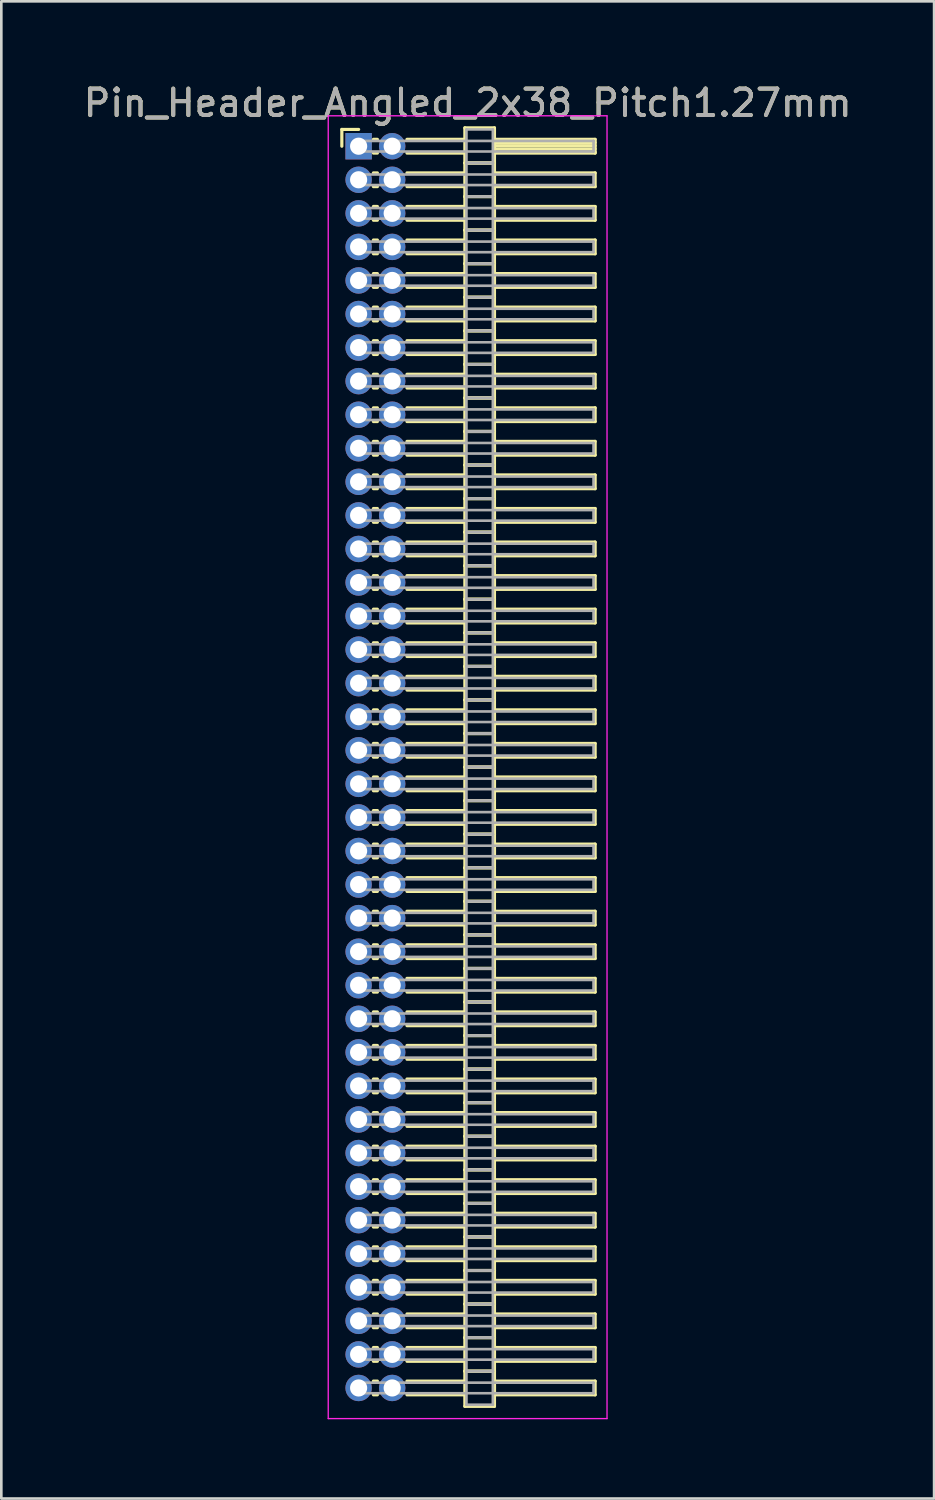
<source format=kicad_pcb>
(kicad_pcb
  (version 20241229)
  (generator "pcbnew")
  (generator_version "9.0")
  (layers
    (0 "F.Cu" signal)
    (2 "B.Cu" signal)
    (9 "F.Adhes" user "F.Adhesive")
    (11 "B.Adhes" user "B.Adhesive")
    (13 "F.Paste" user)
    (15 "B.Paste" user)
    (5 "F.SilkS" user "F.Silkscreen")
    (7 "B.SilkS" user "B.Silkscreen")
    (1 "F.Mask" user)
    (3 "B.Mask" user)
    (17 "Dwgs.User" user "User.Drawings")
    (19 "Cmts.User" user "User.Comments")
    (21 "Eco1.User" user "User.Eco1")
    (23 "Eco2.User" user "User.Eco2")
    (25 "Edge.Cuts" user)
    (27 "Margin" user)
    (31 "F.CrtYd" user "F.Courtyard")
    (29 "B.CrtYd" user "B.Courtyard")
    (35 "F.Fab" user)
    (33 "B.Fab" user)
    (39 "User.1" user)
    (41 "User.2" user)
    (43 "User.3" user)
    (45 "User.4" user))
  (footprint "Pin_Header_Angled_2x38_Pitch1.27mm"
    (layer "F.Cu")
    (at 10.521 2.483)
    (property "Reference" "Pin_Header_Angled_2x38_Pitch1.27mm" (at 4.128 -1.635 0) (layer "F.SilkS") (effects (font (size 1 1) (thickness 0.15))))
    (attr through_hole)
    (fp_line (start -0.635 -0.635) (end 0 -0.635) (stroke (width 0.12) (type solid)) (layer "F.SilkS"))
    (fp_line (start -0.635 0) (end -0.635 -0.635) (stroke (width 0.12) (type solid)) (layer "F.SilkS"))
    (fp_line (start 0.56 -0.26) (end 0.71 -0.26) (stroke (width 0.12) (type solid)) (layer "F.SilkS"))
    (fp_line (start 0.56 0.26) (end 0.71 0.26) (stroke (width 0.12) (type solid)) (layer "F.SilkS"))
    (fp_line (start 0.56 1.01) (end 0.71 1.01) (stroke (width 0.12) (type solid)) (layer "F.SilkS"))
    (fp_line (start 0.56 1.53) (end 0.71 1.53) (stroke (width 0.12) (type solid)) (layer "F.SilkS"))
    (fp_line (start 0.56 2.28) (end 0.71 2.28) (stroke (width 0.12) (type solid)) (layer "F.SilkS"))
    (fp_line (start 0.56 2.8) (end 0.71 2.8) (stroke (width 0.12) (type solid)) (layer "F.SilkS"))
    (fp_line (start 0.56 3.55) (end 0.71 3.55) (stroke (width 0.12) (type solid)) (layer "F.SilkS"))
    (fp_line (start 0.56 4.07) (end 0.71 4.07) (stroke (width 0.12) (type solid)) (layer "F.SilkS"))
    (fp_line (start 0.56 4.82) (end 0.71 4.82) (stroke (width 0.12) (type solid)) (layer "F.SilkS"))
    (fp_line (start 0.56 5.34) (end 0.71 5.34) (stroke (width 0.12) (type solid)) (layer "F.SilkS"))
    (fp_line (start 0.56 6.09) (end 0.71 6.09) (stroke (width 0.12) (type solid)) (layer "F.SilkS"))
    (fp_line (start 0.56 6.61) (end 0.71 6.61) (stroke (width 0.12) (type solid)) (layer "F.SilkS"))
    (fp_line (start 0.56 7.36) (end 0.71 7.36) (stroke (width 0.12) (type solid)) (layer "F.SilkS"))
    (fp_line (start 0.56 7.88) (end 0.71 7.88) (stroke (width 0.12) (type solid)) (layer "F.SilkS"))
    (fp_line (start 0.56 8.63) (end 0.71 8.63) (stroke (width 0.12) (type solid)) (layer "F.SilkS"))
    (fp_line (start 0.56 9.15) (end 0.71 9.15) (stroke (width 0.12) (type solid)) (layer "F.SilkS"))
    (fp_line (start 0.56 9.9) (end 0.71 9.9) (stroke (width 0.12) (type solid)) (layer "F.SilkS"))
    (fp_line (start 0.56 10.42) (end 0.71 10.42) (stroke (width 0.12) (type solid)) (layer "F.SilkS"))
    (fp_line (start 0.56 11.17) (end 0.71 11.17) (stroke (width 0.12) (type solid)) (layer "F.SilkS"))
    (fp_line (start 0.56 11.69) (end 0.71 11.69) (stroke (width 0.12) (type solid)) (layer "F.SilkS"))
    (fp_line (start 0.56 12.44) (end 0.71 12.44) (stroke (width 0.12) (type solid)) (layer "F.SilkS"))
    (fp_line (start 0.56 12.96) (end 0.71 12.96) (stroke (width 0.12) (type solid)) (layer "F.SilkS"))
    (fp_line (start 0.56 13.71) (end 0.71 13.71) (stroke (width 0.12) (type solid)) (layer "F.SilkS"))
    (fp_line (start 0.56 14.23) (end 0.71 14.23) (stroke (width 0.12) (type solid)) (layer "F.SilkS"))
    (fp_line (start 0.56 14.98) (end 0.71 14.98) (stroke (width 0.12) (type solid)) (layer "F.SilkS"))
    (fp_line (start 0.56 15.5) (end 0.71 15.5) (stroke (width 0.12) (type solid)) (layer "F.SilkS"))
    (fp_line (start 0.56 16.25) (end 0.71 16.25) (stroke (width 0.12) (type solid)) (layer "F.SilkS"))
    (fp_line (start 0.56 16.77) (end 0.71 16.77) (stroke (width 0.12) (type solid)) (layer "F.SilkS"))
    (fp_line (start 0.56 17.52) (end 0.71 17.52) (stroke (width 0.12) (type solid)) (layer "F.SilkS"))
    (fp_line (start 0.56 18.04) (end 0.71 18.04) (stroke (width 0.12) (type solid)) (layer "F.SilkS"))
    (fp_line (start 0.56 18.79) (end 0.71 18.79) (stroke (width 0.12) (type solid)) (layer "F.SilkS"))
    (fp_line (start 0.56 19.31) (end 0.71 19.31) (stroke (width 0.12) (type solid)) (layer "F.SilkS"))
    (fp_line (start 0.56 20.06) (end 0.71 20.06) (stroke (width 0.12) (type solid)) (layer "F.SilkS"))
    (fp_line (start 0.56 20.58) (end 0.71 20.58) (stroke (width 0.12) (type solid)) (layer "F.SilkS"))
    (fp_line (start 0.56 21.33) (end 0.71 21.33) (stroke (width 0.12) (type solid)) (layer "F.SilkS"))
    (fp_line (start 0.56 21.85) (end 0.71 21.85) (stroke (width 0.12) (type solid)) (layer "F.SilkS"))
    (fp_line (start 0.56 22.6) (end 0.71 22.6) (stroke (width 0.12) (type solid)) (layer "F.SilkS"))
    (fp_line (start 0.56 23.12) (end 0.71 23.12) (stroke (width 0.12) (type solid)) (layer "F.SilkS"))
    (fp_line (start 0.56 23.87) (end 0.71 23.87) (stroke (width 0.12) (type solid)) (layer "F.SilkS"))
    (fp_line (start 0.56 24.39) (end 0.71 24.39) (stroke (width 0.12) (type solid)) (layer "F.SilkS"))
    (fp_line (start 0.56 25.14) (end 0.71 25.14) (stroke (width 0.12) (type solid)) (layer "F.SilkS"))
    (fp_line (start 0.56 25.66) (end 0.71 25.66) (stroke (width 0.12) (type solid)) (layer "F.SilkS"))
    (fp_line (start 0.56 26.41) (end 0.71 26.41) (stroke (width 0.12) (type solid)) (layer "F.SilkS"))
    (fp_line (start 0.56 26.93) (end 0.71 26.93) (stroke (width 0.12) (type solid)) (layer "F.SilkS"))
    (fp_line (start 0.56 27.68) (end 0.71 27.68) (stroke (width 0.12) (type solid)) (layer "F.SilkS"))
    (fp_line (start 0.56 28.2) (end 0.71 28.2) (stroke (width 0.12) (type solid)) (layer "F.SilkS"))
    (fp_line (start 0.56 28.95) (end 0.71 28.95) (stroke (width 0.12) (type solid)) (layer "F.SilkS"))
    (fp_line (start 0.56 29.47) (end 0.71 29.47) (stroke (width 0.12) (type solid)) (layer "F.SilkS"))
    (fp_line (start 0.56 30.22) (end 0.71 30.22) (stroke (width 0.12) (type solid)) (layer "F.SilkS"))
    (fp_line (start 0.56 30.74) (end 0.71 30.74) (stroke (width 0.12) (type solid)) (layer "F.SilkS"))
    (fp_line (start 0.56 31.49) (end 0.71 31.49) (stroke (width 0.12) (type solid)) (layer "F.SilkS"))
    (fp_line (start 0.56 32.01) (end 0.71 32.01) (stroke (width 0.12) (type solid)) (layer "F.SilkS"))
    (fp_line (start 0.56 32.76) (end 0.71 32.76) (stroke (width 0.12) (type solid)) (layer "F.SilkS"))
    (fp_line (start 0.56 33.28) (end 0.71 33.28) (stroke (width 0.12) (type solid)) (layer "F.SilkS"))
    (fp_line (start 0.56 34.03) (end 0.71 34.03) (stroke (width 0.12) (type solid)) (layer "F.SilkS"))
    (fp_line (start 0.56 34.55) (end 0.71 34.55) (stroke (width 0.12) (type solid)) (layer "F.SilkS"))
    (fp_line (start 0.56 35.3) (end 0.71 35.3) (stroke (width 0.12) (type solid)) (layer "F.SilkS"))
    (fp_line (start 0.56 35.82) (end 0.71 35.82) (stroke (width 0.12) (type solid)) (layer "F.SilkS"))
    (fp_line (start 0.56 36.57) (end 0.71 36.57) (stroke (width 0.12) (type solid)) (layer "F.SilkS"))
    (fp_line (start 0.56 37.09) (end 0.71 37.09) (stroke (width 0.12) (type solid)) (layer "F.SilkS"))
    (fp_line (start 0.56 37.84) (end 0.71 37.84) (stroke (width 0.12) (type solid)) (layer "F.SilkS"))
    (fp_line (start 0.56 38.36) (end 0.71 38.36) (stroke (width 0.12) (type solid)) (layer "F.SilkS"))
    (fp_line (start 0.56 39.11) (end 0.71 39.11) (stroke (width 0.12) (type solid)) (layer "F.SilkS"))
    (fp_line (start 0.56 39.63) (end 0.71 39.63) (stroke (width 0.12) (type solid)) (layer "F.SilkS"))
    (fp_line (start 0.56 40.38) (end 0.71 40.38) (stroke (width 0.12) (type solid)) (layer "F.SilkS"))
    (fp_line (start 0.56 40.9) (end 0.71 40.9) (stroke (width 0.12) (type solid)) (layer "F.SilkS"))
    (fp_line (start 0.56 41.65) (end 0.71 41.65) (stroke (width 0.12) (type solid)) (layer "F.SilkS"))
    (fp_line (start 0.56 42.17) (end 0.71 42.17) (stroke (width 0.12) (type solid)) (layer "F.SilkS"))
    (fp_line (start 0.56 42.92) (end 0.71 42.92) (stroke (width 0.12) (type solid)) (layer "F.SilkS"))
    (fp_line (start 0.56 43.44) (end 0.71 43.44) (stroke (width 0.12) (type solid)) (layer "F.SilkS"))
    (fp_line (start 0.56 44.19) (end 0.71 44.19) (stroke (width 0.12) (type solid)) (layer "F.SilkS"))
    (fp_line (start 0.56 44.71) (end 0.71 44.71) (stroke (width 0.12) (type solid)) (layer "F.SilkS"))
    (fp_line (start 0.56 45.46) (end 0.71 45.46) (stroke (width 0.12) (type solid)) (layer "F.SilkS"))
    (fp_line (start 0.56 45.98) (end 0.71 45.98) (stroke (width 0.12) (type solid)) (layer "F.SilkS"))
    (fp_line (start 0.56 46.73) (end 0.71 46.73) (stroke (width 0.12) (type solid)) (layer "F.SilkS"))
    (fp_line (start 0.56 47.25) (end 0.71 47.25) (stroke (width 0.12) (type solid)) (layer "F.SilkS"))
    (fp_line (start 1.83 -0.26) (end 4.02 -0.26) (stroke (width 0.12) (type solid)) (layer "F.SilkS"))
    (fp_line (start 1.83 0.26) (end 4.02 0.26) (stroke (width 0.12) (type solid)) (layer "F.SilkS"))
    (fp_line (start 1.83 1.01) (end 4.02 1.01) (stroke (width 0.12) (type solid)) (layer "F.SilkS"))
    (fp_line (start 1.83 1.53) (end 4.02 1.53) (stroke (width 0.12) (type solid)) (layer "F.SilkS"))
    (fp_line (start 1.83 2.28) (end 4.02 2.28) (stroke (width 0.12) (type solid)) (layer "F.SilkS"))
    (fp_line (start 1.83 2.8) (end 4.02 2.8) (stroke (width 0.12) (type solid)) (layer "F.SilkS"))
    (fp_line (start 1.83 3.55) (end 4.02 3.55) (stroke (width 0.12) (type solid)) (layer "F.SilkS"))
    (fp_line (start 1.83 4.07) (end 4.02 4.07) (stroke (width 0.12) (type solid)) (layer "F.SilkS"))
    (fp_line (start 1.83 4.82) (end 4.02 4.82) (stroke (width 0.12) (type solid)) (layer "F.SilkS"))
    (fp_line (start 1.83 5.34) (end 4.02 5.34) (stroke (width 0.12) (type solid)) (layer "F.SilkS"))
    (fp_line (start 1.83 6.09) (end 4.02 6.09) (stroke (width 0.12) (type solid)) (layer "F.SilkS"))
    (fp_line (start 1.83 6.61) (end 4.02 6.61) (stroke (width 0.12) (type solid)) (layer "F.SilkS"))
    (fp_line (start 1.83 7.36) (end 4.02 7.36) (stroke (width 0.12) (type solid)) (layer "F.SilkS"))
    (fp_line (start 1.83 7.88) (end 4.02 7.88) (stroke (width 0.12) (type solid)) (layer "F.SilkS"))
    (fp_line (start 1.83 8.63) (end 4.02 8.63) (stroke (width 0.12) (type solid)) (layer "F.SilkS"))
    (fp_line (start 1.83 9.15) (end 4.02 9.15) (stroke (width 0.12) (type solid)) (layer "F.SilkS"))
    (fp_line (start 1.83 9.9) (end 4.02 9.9) (stroke (width 0.12) (type solid)) (layer "F.SilkS"))
    (fp_line (start 1.83 10.42) (end 4.02 10.42) (stroke (width 0.12) (type solid)) (layer "F.SilkS"))
    (fp_line (start 1.83 11.17) (end 4.02 11.17) (stroke (width 0.12) (type solid)) (layer "F.SilkS"))
    (fp_line (start 1.83 11.69) (end 4.02 11.69) (stroke (width 0.12) (type solid)) (layer "F.SilkS"))
    (fp_line (start 1.83 12.44) (end 4.02 12.44) (stroke (width 0.12) (type solid)) (layer "F.SilkS"))
    (fp_line (start 1.83 12.96) (end 4.02 12.96) (stroke (width 0.12) (type solid)) (layer "F.SilkS"))
    (fp_line (start 1.83 13.71) (end 4.02 13.71) (stroke (width 0.12) (type solid)) (layer "F.SilkS"))
    (fp_line (start 1.83 14.23) (end 4.02 14.23) (stroke (width 0.12) (type solid)) (layer "F.SilkS"))
    (fp_line (start 1.83 14.98) (end 4.02 14.98) (stroke (width 0.12) (type solid)) (layer "F.SilkS"))
    (fp_line (start 1.83 15.5) (end 4.02 15.5) (stroke (width 0.12) (type solid)) (layer "F.SilkS"))
    (fp_line (start 1.83 16.25) (end 4.02 16.25) (stroke (width 0.12) (type solid)) (layer "F.SilkS"))
    (fp_line (start 1.83 16.77) (end 4.02 16.77) (stroke (width 0.12) (type solid)) (layer "F.SilkS"))
    (fp_line (start 1.83 17.52) (end 4.02 17.52) (stroke (width 0.12) (type solid)) (layer "F.SilkS"))
    (fp_line (start 1.83 18.04) (end 4.02 18.04) (stroke (width 0.12) (type solid)) (layer "F.SilkS"))
    (fp_line (start 1.83 18.79) (end 4.02 18.79) (stroke (width 0.12) (type solid)) (layer "F.SilkS"))
    (fp_line (start 1.83 19.31) (end 4.02 19.31) (stroke (width 0.12) (type solid)) (layer "F.SilkS"))
    (fp_line (start 1.83 20.06) (end 4.02 20.06) (stroke (width 0.12) (type solid)) (layer "F.SilkS"))
    (fp_line (start 1.83 20.58) (end 4.02 20.58) (stroke (width 0.12) (type solid)) (layer "F.SilkS"))
    (fp_line (start 1.83 21.33) (end 4.02 21.33) (stroke (width 0.12) (type solid)) (layer "F.SilkS"))
    (fp_line (start 1.83 21.85) (end 4.02 21.85) (stroke (width 0.12) (type solid)) (layer "F.SilkS"))
    (fp_line (start 1.83 22.6) (end 4.02 22.6) (stroke (width 0.12) (type solid)) (layer "F.SilkS"))
    (fp_line (start 1.83 23.12) (end 4.02 23.12) (stroke (width 0.12) (type solid)) (layer "F.SilkS"))
    (fp_line (start 1.83 23.87) (end 4.02 23.87) (stroke (width 0.12) (type solid)) (layer "F.SilkS"))
    (fp_line (start 1.83 24.39) (end 4.02 24.39) (stroke (width 0.12) (type solid)) (layer "F.SilkS"))
    (fp_line (start 1.83 25.14) (end 4.02 25.14) (stroke (width 0.12) (type solid)) (layer "F.SilkS"))
    (fp_line (start 1.83 25.66) (end 4.02 25.66) (stroke (width 0.12) (type solid)) (layer "F.SilkS"))
    (fp_line (start 1.83 26.41) (end 4.02 26.41) (stroke (width 0.12) (type solid)) (layer "F.SilkS"))
    (fp_line (start 1.83 26.93) (end 4.02 26.93) (stroke (width 0.12) (type solid)) (layer "F.SilkS"))
    (fp_line (start 1.83 27.68) (end 4.02 27.68) (stroke (width 0.12) (type solid)) (layer "F.SilkS"))
    (fp_line (start 1.83 28.2) (end 4.02 28.2) (stroke (width 0.12) (type solid)) (layer "F.SilkS"))
    (fp_line (start 1.83 28.95) (end 4.02 28.95) (stroke (width 0.12) (type solid)) (layer "F.SilkS"))
    (fp_line (start 1.83 29.47) (end 4.02 29.47) (stroke (width 0.12) (type solid)) (layer "F.SilkS"))
    (fp_line (start 1.83 30.22) (end 4.02 30.22) (stroke (width 0.12) (type solid)) (layer "F.SilkS"))
    (fp_line (start 1.83 30.74) (end 4.02 30.74) (stroke (width 0.12) (type solid)) (layer "F.SilkS"))
    (fp_line (start 1.83 31.49) (end 4.02 31.49) (stroke (width 0.12) (type solid)) (layer "F.SilkS"))
    (fp_line (start 1.83 32.01) (end 4.02 32.01) (stroke (width 0.12) (type solid)) (layer "F.SilkS"))
    (fp_line (start 1.83 32.76) (end 4.02 32.76) (stroke (width 0.12) (type solid)) (layer "F.SilkS"))
    (fp_line (start 1.83 33.28) (end 4.02 33.28) (stroke (width 0.12) (type solid)) (layer "F.SilkS"))
    (fp_line (start 1.83 34.03) (end 4.02 34.03) (stroke (width 0.12) (type solid)) (layer "F.SilkS"))
    (fp_line (start 1.83 34.55) (end 4.02 34.55) (stroke (width 0.12) (type solid)) (layer "F.SilkS"))
    (fp_line (start 1.83 35.3) (end 4.02 35.3) (stroke (width 0.12) (type solid)) (layer "F.SilkS"))
    (fp_line (start 1.83 35.82) (end 4.02 35.82) (stroke (width 0.12) (type solid)) (layer "F.SilkS"))
    (fp_line (start 1.83 36.57) (end 4.02 36.57) (stroke (width 0.12) (type solid)) (layer "F.SilkS"))
    (fp_line (start 1.83 37.09) (end 4.02 37.09) (stroke (width 0.12) (type solid)) (layer "F.SilkS"))
    (fp_line (start 1.83 37.84) (end 4.02 37.84) (stroke (width 0.12) (type solid)) (layer "F.SilkS"))
    (fp_line (start 1.83 38.36) (end 4.02 38.36) (stroke (width 0.12) (type solid)) (layer "F.SilkS"))
    (fp_line (start 1.83 39.11) (end 4.02 39.11) (stroke (width 0.12) (type solid)) (layer "F.SilkS"))
    (fp_line (start 1.83 39.63) (end 4.02 39.63) (stroke (width 0.12) (type solid)) (layer "F.SilkS"))
    (fp_line (start 1.83 40.38) (end 4.02 40.38) (stroke (width 0.12) (type solid)) (layer "F.SilkS"))
    (fp_line (start 1.83 40.9) (end 4.02 40.9) (stroke (width 0.12) (type solid)) (layer "F.SilkS"))
    (fp_line (start 1.83 41.65) (end 4.02 41.65) (stroke (width 0.12) (type solid)) (layer "F.SilkS"))
    (fp_line (start 1.83 42.17) (end 4.02 42.17) (stroke (width 0.12) (type solid)) (layer "F.SilkS"))
    (fp_line (start 1.83 42.92) (end 4.02 42.92) (stroke (width 0.12) (type solid)) (layer "F.SilkS"))
    (fp_line (start 1.83 43.44) (end 4.02 43.44) (stroke (width 0.12) (type solid)) (layer "F.SilkS"))
    (fp_line (start 1.83 44.19) (end 4.02 44.19) (stroke (width 0.12) (type solid)) (layer "F.SilkS"))
    (fp_line (start 1.83 44.71) (end 4.02 44.71) (stroke (width 0.12) (type solid)) (layer "F.SilkS"))
    (fp_line (start 1.83 45.46) (end 4.02 45.46) (stroke (width 0.12) (type solid)) (layer "F.SilkS"))
    (fp_line (start 1.83 45.98) (end 4.02 45.98) (stroke (width 0.12) (type solid)) (layer "F.SilkS"))
    (fp_line (start 1.83 46.73) (end 4.02 46.73) (stroke (width 0.12) (type solid)) (layer "F.SilkS"))
    (fp_line (start 1.83 47.25) (end 4.02 47.25) (stroke (width 0.12) (type solid)) (layer "F.SilkS"))
    (fp_line (start 4.02 -0.695) (end 4.02 0.635) (stroke (width 0.12) (type solid)) (layer "F.SilkS"))
    (fp_line (start 4.02 0.635) (end 4.02 1.905) (stroke (width 0.12) (type solid)) (layer "F.SilkS"))
    (fp_line (start 4.02 0.635) (end 5.14 0.635) (stroke (width 0.12) (type solid)) (layer "F.SilkS"))
    (fp_line (start 4.02 1.905) (end 4.02 3.175) (stroke (width 0.12) (type solid)) (layer "F.SilkS"))
    (fp_line (start 4.02 1.905) (end 5.14 1.905) (stroke (width 0.12) (type solid)) (layer "F.SilkS"))
    (fp_line (start 4.02 3.175) (end 4.02 4.445) (stroke (width 0.12) (type solid)) (layer "F.SilkS"))
    (fp_line (start 4.02 3.175) (end 5.14 3.175) (stroke (width 0.12) (type solid)) (layer "F.SilkS"))
    (fp_line (start 4.02 4.445) (end 4.02 5.715) (stroke (width 0.12) (type solid)) (layer "F.SilkS"))
    (fp_line (start 4.02 4.445) (end 5.14 4.445) (stroke (width 0.12) (type solid)) (layer "F.SilkS"))
    (fp_line (start 4.02 5.715) (end 4.02 6.985) (stroke (width 0.12) (type solid)) (layer "F.SilkS"))
    (fp_line (start 4.02 5.715) (end 5.14 5.715) (stroke (width 0.12) (type solid)) (layer "F.SilkS"))
    (fp_line (start 4.02 6.985) (end 4.02 8.255) (stroke (width 0.12) (type solid)) (layer "F.SilkS"))
    (fp_line (start 4.02 6.985) (end 5.14 6.985) (stroke (width 0.12) (type solid)) (layer "F.SilkS"))
    (fp_line (start 4.02 8.255) (end 4.02 9.525) (stroke (width 0.12) (type solid)) (layer "F.SilkS"))
    (fp_line (start 4.02 8.255) (end 5.14 8.255) (stroke (width 0.12) (type solid)) (layer "F.SilkS"))
    (fp_line (start 4.02 9.525) (end 4.02 10.795) (stroke (width 0.12) (type solid)) (layer "F.SilkS"))
    (fp_line (start 4.02 9.525) (end 5.14 9.525) (stroke (width 0.12) (type solid)) (layer "F.SilkS"))
    (fp_line (start 4.02 10.795) (end 4.02 12.065) (stroke (width 0.12) (type solid)) (layer "F.SilkS"))
    (fp_line (start 4.02 10.795) (end 5.14 10.795) (stroke (width 0.12) (type solid)) (layer "F.SilkS"))
    (fp_line (start 4.02 12.065) (end 4.02 13.335) (stroke (width 0.12) (type solid)) (layer "F.SilkS"))
    (fp_line (start 4.02 12.065) (end 5.14 12.065) (stroke (width 0.12) (type solid)) (layer "F.SilkS"))
    (fp_line (start 4.02 13.335) (end 4.02 14.605) (stroke (width 0.12) (type solid)) (layer "F.SilkS"))
    (fp_line (start 4.02 13.335) (end 5.14 13.335) (stroke (width 0.12) (type solid)) (layer "F.SilkS"))
    (fp_line (start 4.02 14.605) (end 4.02 15.875) (stroke (width 0.12) (type solid)) (layer "F.SilkS"))
    (fp_line (start 4.02 14.605) (end 5.14 14.605) (stroke (width 0.12) (type solid)) (layer "F.SilkS"))
    (fp_line (start 4.02 15.875) (end 4.02 17.145) (stroke (width 0.12) (type solid)) (layer "F.SilkS"))
    (fp_line (start 4.02 15.875) (end 5.14 15.875) (stroke (width 0.12) (type solid)) (layer "F.SilkS"))
    (fp_line (start 4.02 17.145) (end 4.02 18.415) (stroke (width 0.12) (type solid)) (layer "F.SilkS"))
    (fp_line (start 4.02 17.145) (end 5.14 17.145) (stroke (width 0.12) (type solid)) (layer "F.SilkS"))
    (fp_line (start 4.02 18.415) (end 4.02 19.685) (stroke (width 0.12) (type solid)) (layer "F.SilkS"))
    (fp_line (start 4.02 18.415) (end 5.14 18.415) (stroke (width 0.12) (type solid)) (layer "F.SilkS"))
    (fp_line (start 4.02 19.685) (end 4.02 20.955) (stroke (width 0.12) (type solid)) (layer "F.SilkS"))
    (fp_line (start 4.02 19.685) (end 5.14 19.685) (stroke (width 0.12) (type solid)) (layer "F.SilkS"))
    (fp_line (start 4.02 20.955) (end 4.02 22.225) (stroke (width 0.12) (type solid)) (layer "F.SilkS"))
    (fp_line (start 4.02 20.955) (end 5.14 20.955) (stroke (width 0.12) (type solid)) (layer "F.SilkS"))
    (fp_line (start 4.02 22.225) (end 4.02 23.495) (stroke (width 0.12) (type solid)) (layer "F.SilkS"))
    (fp_line (start 4.02 22.225) (end 5.14 22.225) (stroke (width 0.12) (type solid)) (layer "F.SilkS"))
    (fp_line (start 4.02 23.495) (end 4.02 24.765) (stroke (width 0.12) (type solid)) (layer "F.SilkS"))
    (fp_line (start 4.02 23.495) (end 5.14 23.495) (stroke (width 0.12) (type solid)) (layer "F.SilkS"))
    (fp_line (start 4.02 24.765) (end 4.02 26.035) (stroke (width 0.12) (type solid)) (layer "F.SilkS"))
    (fp_line (start 4.02 24.765) (end 5.14 24.765) (stroke (width 0.12) (type solid)) (layer "F.SilkS"))
    (fp_line (start 4.02 26.035) (end 4.02 27.305) (stroke (width 0.12) (type solid)) (layer "F.SilkS"))
    (fp_line (start 4.02 26.035) (end 5.14 26.035) (stroke (width 0.12) (type solid)) (layer "F.SilkS"))
    (fp_line (start 4.02 27.305) (end 4.02 28.575) (stroke (width 0.12) (type solid)) (layer "F.SilkS"))
    (fp_line (start 4.02 27.305) (end 5.14 27.305) (stroke (width 0.12) (type solid)) (layer "F.SilkS"))
    (fp_line (start 4.02 28.575) (end 4.02 29.845) (stroke (width 0.12) (type solid)) (layer "F.SilkS"))
    (fp_line (start 4.02 28.575) (end 5.14 28.575) (stroke (width 0.12) (type solid)) (layer "F.SilkS"))
    (fp_line (start 4.02 29.845) (end 4.02 31.115) (stroke (width 0.12) (type solid)) (layer "F.SilkS"))
    (fp_line (start 4.02 29.845) (end 5.14 29.845) (stroke (width 0.12) (type solid)) (layer "F.SilkS"))
    (fp_line (start 4.02 31.115) (end 4.02 32.385) (stroke (width 0.12) (type solid)) (layer "F.SilkS"))
    (fp_line (start 4.02 31.115) (end 5.14 31.115) (stroke (width 0.12) (type solid)) (layer "F.SilkS"))
    (fp_line (start 4.02 32.385) (end 4.02 33.655) (stroke (width 0.12) (type solid)) (layer "F.SilkS"))
    (fp_line (start 4.02 32.385) (end 5.14 32.385) (stroke (width 0.12) (type solid)) (layer "F.SilkS"))
    (fp_line (start 4.02 33.655) (end 4.02 34.925) (stroke (width 0.12) (type solid)) (layer "F.SilkS"))
    (fp_line (start 4.02 33.655) (end 5.14 33.655) (stroke (width 0.12) (type solid)) (layer "F.SilkS"))
    (fp_line (start 4.02 34.925) (end 4.02 36.195) (stroke (width 0.12) (type solid)) (layer "F.SilkS"))
    (fp_line (start 4.02 34.925) (end 5.14 34.925) (stroke (width 0.12) (type solid)) (layer "F.SilkS"))
    (fp_line (start 4.02 36.195) (end 4.02 37.465) (stroke (width 0.12) (type solid)) (layer "F.SilkS"))
    (fp_line (start 4.02 36.195) (end 5.14 36.195) (stroke (width 0.12) (type solid)) (layer "F.SilkS"))
    (fp_line (start 4.02 37.465) (end 4.02 38.735) (stroke (width 0.12) (type solid)) (layer "F.SilkS"))
    (fp_line (start 4.02 37.465) (end 5.14 37.465) (stroke (width 0.12) (type solid)) (layer "F.SilkS"))
    (fp_line (start 4.02 38.735) (end 4.02 40.005) (stroke (width 0.12) (type solid)) (layer "F.SilkS"))
    (fp_line (start 4.02 38.735) (end 5.14 38.735) (stroke (width 0.12) (type solid)) (layer "F.SilkS"))
    (fp_line (start 4.02 40.005) (end 4.02 41.275) (stroke (width 0.12) (type solid)) (layer "F.SilkS"))
    (fp_line (start 4.02 40.005) (end 5.14 40.005) (stroke (width 0.12) (type solid)) (layer "F.SilkS"))
    (fp_line (start 4.02 41.275) (end 4.02 42.545) (stroke (width 0.12) (type solid)) (layer "F.SilkS"))
    (fp_line (start 4.02 41.275) (end 5.14 41.275) (stroke (width 0.12) (type solid)) (layer "F.SilkS"))
    (fp_line (start 4.02 42.545) (end 4.02 43.815) (stroke (width 0.12) (type solid)) (layer "F.SilkS"))
    (fp_line (start 4.02 42.545) (end 5.14 42.545) (stroke (width 0.12) (type solid)) (layer "F.SilkS"))
    (fp_line (start 4.02 43.815) (end 4.02 45.085) (stroke (width 0.12) (type solid)) (layer "F.SilkS"))
    (fp_line (start 4.02 43.815) (end 5.14 43.815) (stroke (width 0.12) (type solid)) (layer "F.SilkS"))
    (fp_line (start 4.02 45.085) (end 4.02 46.355) (stroke (width 0.12) (type solid)) (layer "F.SilkS"))
    (fp_line (start 4.02 45.085) (end 5.14 45.085) (stroke (width 0.12) (type solid)) (layer "F.SilkS"))
    (fp_line (start 4.02 46.355) (end 4.02 47.685) (stroke (width 0.12) (type solid)) (layer "F.SilkS"))
    (fp_line (start 4.02 46.355) (end 5.14 46.355) (stroke (width 0.12) (type solid)) (layer "F.SilkS"))
    (fp_line (start 4.02 47.685) (end 5.14 47.685) (stroke (width 0.12) (type solid)) (layer "F.SilkS"))
    (fp_line (start 5.14 -0.695) (end 4.02 -0.695) (stroke (width 0.12) (type solid)) (layer "F.SilkS"))
    (fp_line (start 5.14 -0.26) (end 5.14 0.26) (stroke (width 0.12) (type solid)) (layer "F.SilkS"))
    (fp_line (start 5.14 -0.14) (end 8.95 -0.14) (stroke (width 0.12) (type solid)) (layer "F.SilkS"))
    (fp_line (start 5.14 -0.02) (end 8.95 -0.02) (stroke (width 0.12) (type solid)) (layer "F.SilkS"))
    (fp_line (start 5.14 0.1) (end 8.95 0.1) (stroke (width 0.12) (type solid)) (layer "F.SilkS"))
    (fp_line (start 5.14 0.22) (end 8.95 0.22) (stroke (width 0.12) (type solid)) (layer "F.SilkS"))
    (fp_line (start 5.14 0.26) (end 8.95 0.26) (stroke (width 0.12) (type solid)) (layer "F.SilkS"))
    (fp_line (start 5.14 0.635) (end 4.02 0.635) (stroke (width 0.12) (type solid)) (layer "F.SilkS"))
    (fp_line (start 5.14 0.635) (end 5.14 -0.695) (stroke (width 0.12) (type solid)) (layer "F.SilkS"))
    (fp_line (start 5.14 1.01) (end 5.14 1.53) (stroke (width 0.12) (type solid)) (layer "F.SilkS"))
    (fp_line (start 5.14 1.53) (end 8.95 1.53) (stroke (width 0.12) (type solid)) (layer "F.SilkS"))
    (fp_line (start 5.14 1.905) (end 4.02 1.905) (stroke (width 0.12) (type solid)) (layer "F.SilkS"))
    (fp_line (start 5.14 1.905) (end 5.14 0.635) (stroke (width 0.12) (type solid)) (layer "F.SilkS"))
    (fp_line (start 5.14 2.28) (end 5.14 2.8) (stroke (width 0.12) (type solid)) (layer "F.SilkS"))
    (fp_line (start 5.14 2.8) (end 8.95 2.8) (stroke (width 0.12) (type solid)) (layer "F.SilkS"))
    (fp_line (start 5.14 3.175) (end 4.02 3.175) (stroke (width 0.12) (type solid)) (layer "F.SilkS"))
    (fp_line (start 5.14 3.175) (end 5.14 1.905) (stroke (width 0.12) (type solid)) (layer "F.SilkS"))
    (fp_line (start 5.14 3.55) (end 5.14 4.07) (stroke (width 0.12) (type solid)) (layer "F.SilkS"))
    (fp_line (start 5.14 4.07) (end 8.95 4.07) (stroke (width 0.12) (type solid)) (layer "F.SilkS"))
    (fp_line (start 5.14 4.445) (end 4.02 4.445) (stroke (width 0.12) (type solid)) (layer "F.SilkS"))
    (fp_line (start 5.14 4.445) (end 5.14 3.175) (stroke (width 0.12) (type solid)) (layer "F.SilkS"))
    (fp_line (start 5.14 4.82) (end 5.14 5.34) (stroke (width 0.12) (type solid)) (layer "F.SilkS"))
    (fp_line (start 5.14 5.34) (end 8.95 5.34) (stroke (width 0.12) (type solid)) (layer "F.SilkS"))
    (fp_line (start 5.14 5.715) (end 4.02 5.715) (stroke (width 0.12) (type solid)) (layer "F.SilkS"))
    (fp_line (start 5.14 5.715) (end 5.14 4.445) (stroke (width 0.12) (type solid)) (layer "F.SilkS"))
    (fp_line (start 5.14 6.09) (end 5.14 6.61) (stroke (width 0.12) (type solid)) (layer "F.SilkS"))
    (fp_line (start 5.14 6.61) (end 8.95 6.61) (stroke (width 0.12) (type solid)) (layer "F.SilkS"))
    (fp_line (start 5.14 6.985) (end 4.02 6.985) (stroke (width 0.12) (type solid)) (layer "F.SilkS"))
    (fp_line (start 5.14 6.985) (end 5.14 5.715) (stroke (width 0.12) (type solid)) (layer "F.SilkS"))
    (fp_line (start 5.14 7.36) (end 5.14 7.88) (stroke (width 0.12) (type solid)) (layer "F.SilkS"))
    (fp_line (start 5.14 7.88) (end 8.95 7.88) (stroke (width 0.12) (type solid)) (layer "F.SilkS"))
    (fp_line (start 5.14 8.255) (end 4.02 8.255) (stroke (width 0.12) (type solid)) (layer "F.SilkS"))
    (fp_line (start 5.14 8.255) (end 5.14 6.985) (stroke (width 0.12) (type solid)) (layer "F.SilkS"))
    (fp_line (start 5.14 8.63) (end 5.14 9.15) (stroke (width 0.12) (type solid)) (layer "F.SilkS"))
    (fp_line (start 5.14 9.15) (end 8.95 9.15) (stroke (width 0.12) (type solid)) (layer "F.SilkS"))
    (fp_line (start 5.14 9.525) (end 4.02 9.525) (stroke (width 0.12) (type solid)) (layer "F.SilkS"))
    (fp_line (start 5.14 9.525) (end 5.14 8.255) (stroke (width 0.12) (type solid)) (layer "F.SilkS"))
    (fp_line (start 5.14 9.9) (end 5.14 10.42) (stroke (width 0.12) (type solid)) (layer "F.SilkS"))
    (fp_line (start 5.14 10.42) (end 8.95 10.42) (stroke (width 0.12) (type solid)) (layer "F.SilkS"))
    (fp_line (start 5.14 10.795) (end 4.02 10.795) (stroke (width 0.12) (type solid)) (layer "F.SilkS"))
    (fp_line (start 5.14 10.795) (end 5.14 9.525) (stroke (width 0.12) (type solid)) (layer "F.SilkS"))
    (fp_line (start 5.14 11.17) (end 5.14 11.69) (stroke (width 0.12) (type solid)) (layer "F.SilkS"))
    (fp_line (start 5.14 11.69) (end 8.95 11.69) (stroke (width 0.12) (type solid)) (layer "F.SilkS"))
    (fp_line (start 5.14 12.065) (end 4.02 12.065) (stroke (width 0.12) (type solid)) (layer "F.SilkS"))
    (fp_line (start 5.14 12.065) (end 5.14 10.795) (stroke (width 0.12) (type solid)) (layer "F.SilkS"))
    (fp_line (start 5.14 12.44) (end 5.14 12.96) (stroke (width 0.12) (type solid)) (layer "F.SilkS"))
    (fp_line (start 5.14 12.96) (end 8.95 12.96) (stroke (width 0.12) (type solid)) (layer "F.SilkS"))
    (fp_line (start 5.14 13.335) (end 4.02 13.335) (stroke (width 0.12) (type solid)) (layer "F.SilkS"))
    (fp_line (start 5.14 13.335) (end 5.14 12.065) (stroke (width 0.12) (type solid)) (layer "F.SilkS"))
    (fp_line (start 5.14 13.71) (end 5.14 14.23) (stroke (width 0.12) (type solid)) (layer "F.SilkS"))
    (fp_line (start 5.14 14.23) (end 8.95 14.23) (stroke (width 0.12) (type solid)) (layer "F.SilkS"))
    (fp_line (start 5.14 14.605) (end 4.02 14.605) (stroke (width 0.12) (type solid)) (layer "F.SilkS"))
    (fp_line (start 5.14 14.605) (end 5.14 13.335) (stroke (width 0.12) (type solid)) (layer "F.SilkS"))
    (fp_line (start 5.14 14.98) (end 5.14 15.5) (stroke (width 0.12) (type solid)) (layer "F.SilkS"))
    (fp_line (start 5.14 15.5) (end 8.95 15.5) (stroke (width 0.12) (type solid)) (layer "F.SilkS"))
    (fp_line (start 5.14 15.875) (end 4.02 15.875) (stroke (width 0.12) (type solid)) (layer "F.SilkS"))
    (fp_line (start 5.14 15.875) (end 5.14 14.605) (stroke (width 0.12) (type solid)) (layer "F.SilkS"))
    (fp_line (start 5.14 16.25) (end 5.14 16.77) (stroke (width 0.12) (type solid)) (layer "F.SilkS"))
    (fp_line (start 5.14 16.77) (end 8.95 16.77) (stroke (width 0.12) (type solid)) (layer "F.SilkS"))
    (fp_line (start 5.14 17.145) (end 4.02 17.145) (stroke (width 0.12) (type solid)) (layer "F.SilkS"))
    (fp_line (start 5.14 17.145) (end 5.14 15.875) (stroke (width 0.12) (type solid)) (layer "F.SilkS"))
    (fp_line (start 5.14 17.52) (end 5.14 18.04) (stroke (width 0.12) (type solid)) (layer "F.SilkS"))
    (fp_line (start 5.14 18.04) (end 8.95 18.04) (stroke (width 0.12) (type solid)) (layer "F.SilkS"))
    (fp_line (start 5.14 18.415) (end 4.02 18.415) (stroke (width 0.12) (type solid)) (layer "F.SilkS"))
    (fp_line (start 5.14 18.415) (end 5.14 17.145) (stroke (width 0.12) (type solid)) (layer "F.SilkS"))
    (fp_line (start 5.14 18.79) (end 5.14 19.31) (stroke (width 0.12) (type solid)) (layer "F.SilkS"))
    (fp_line (start 5.14 19.31) (end 8.95 19.31) (stroke (width 0.12) (type solid)) (layer "F.SilkS"))
    (fp_line (start 5.14 19.685) (end 4.02 19.685) (stroke (width 0.12) (type solid)) (layer "F.SilkS"))
    (fp_line (start 5.14 19.685) (end 5.14 18.415) (stroke (width 0.12) (type solid)) (layer "F.SilkS"))
    (fp_line (start 5.14 20.06) (end 5.14 20.58) (stroke (width 0.12) (type solid)) (layer "F.SilkS"))
    (fp_line (start 5.14 20.58) (end 8.95 20.58) (stroke (width 0.12) (type solid)) (layer "F.SilkS"))
    (fp_line (start 5.14 20.955) (end 4.02 20.955) (stroke (width 0.12) (type solid)) (layer "F.SilkS"))
    (fp_line (start 5.14 20.955) (end 5.14 19.685) (stroke (width 0.12) (type solid)) (layer "F.SilkS"))
    (fp_line (start 5.14 21.33) (end 5.14 21.85) (stroke (width 0.12) (type solid)) (layer "F.SilkS"))
    (fp_line (start 5.14 21.85) (end 8.95 21.85) (stroke (width 0.12) (type solid)) (layer "F.SilkS"))
    (fp_line (start 5.14 22.225) (end 4.02 22.225) (stroke (width 0.12) (type solid)) (layer "F.SilkS"))
    (fp_line (start 5.14 22.225) (end 5.14 20.955) (stroke (width 0.12) (type solid)) (layer "F.SilkS"))
    (fp_line (start 5.14 22.6) (end 5.14 23.12) (stroke (width 0.12) (type solid)) (layer "F.SilkS"))
    (fp_line (start 5.14 23.12) (end 8.95 23.12) (stroke (width 0.12) (type solid)) (layer "F.SilkS"))
    (fp_line (start 5.14 23.495) (end 4.02 23.495) (stroke (width 0.12) (type solid)) (layer "F.SilkS"))
    (fp_line (start 5.14 23.495) (end 5.14 22.225) (stroke (width 0.12) (type solid)) (layer "F.SilkS"))
    (fp_line (start 5.14 23.87) (end 5.14 24.39) (stroke (width 0.12) (type solid)) (layer "F.SilkS"))
    (fp_line (start 5.14 24.39) (end 8.95 24.39) (stroke (width 0.12) (type solid)) (layer "F.SilkS"))
    (fp_line (start 5.14 24.765) (end 4.02 24.765) (stroke (width 0.12) (type solid)) (layer "F.SilkS"))
    (fp_line (start 5.14 24.765) (end 5.14 23.495) (stroke (width 0.12) (type solid)) (layer "F.SilkS"))
    (fp_line (start 5.14 25.14) (end 5.14 25.66) (stroke (width 0.12) (type solid)) (layer "F.SilkS"))
    (fp_line (start 5.14 25.66) (end 8.95 25.66) (stroke (width 0.12) (type solid)) (layer "F.SilkS"))
    (fp_line (start 5.14 26.035) (end 4.02 26.035) (stroke (width 0.12) (type solid)) (layer "F.SilkS"))
    (fp_line (start 5.14 26.035) (end 5.14 24.765) (stroke (width 0.12) (type solid)) (layer "F.SilkS"))
    (fp_line (start 5.14 26.41) (end 5.14 26.93) (stroke (width 0.12) (type solid)) (layer "F.SilkS"))
    (fp_line (start 5.14 26.93) (end 8.95 26.93) (stroke (width 0.12) (type solid)) (layer "F.SilkS"))
    (fp_line (start 5.14 27.305) (end 4.02 27.305) (stroke (width 0.12) (type solid)) (layer "F.SilkS"))
    (fp_line (start 5.14 27.305) (end 5.14 26.035) (stroke (width 0.12) (type solid)) (layer "F.SilkS"))
    (fp_line (start 5.14 27.68) (end 5.14 28.2) (stroke (width 0.12) (type solid)) (layer "F.SilkS"))
    (fp_line (start 5.14 28.2) (end 8.95 28.2) (stroke (width 0.12) (type solid)) (layer "F.SilkS"))
    (fp_line (start 5.14 28.575) (end 4.02 28.575) (stroke (width 0.12) (type solid)) (layer "F.SilkS"))
    (fp_line (start 5.14 28.575) (end 5.14 27.305) (stroke (width 0.12) (type solid)) (layer "F.SilkS"))
    (fp_line (start 5.14 28.95) (end 5.14 29.47) (stroke (width 0.12) (type solid)) (layer "F.SilkS"))
    (fp_line (start 5.14 29.47) (end 8.95 29.47) (stroke (width 0.12) (type solid)) (layer "F.SilkS"))
    (fp_line (start 5.14 29.845) (end 4.02 29.845) (stroke (width 0.12) (type solid)) (layer "F.SilkS"))
    (fp_line (start 5.14 29.845) (end 5.14 28.575) (stroke (width 0.12) (type solid)) (layer "F.SilkS"))
    (fp_line (start 5.14 30.22) (end 5.14 30.74) (stroke (width 0.12) (type solid)) (layer "F.SilkS"))
    (fp_line (start 5.14 30.74) (end 8.95 30.74) (stroke (width 0.12) (type solid)) (layer "F.SilkS"))
    (fp_line (start 5.14 31.115) (end 4.02 31.115) (stroke (width 0.12) (type solid)) (layer "F.SilkS"))
    (fp_line (start 5.14 31.115) (end 5.14 29.845) (stroke (width 0.12) (type solid)) (layer "F.SilkS"))
    (fp_line (start 5.14 31.49) (end 5.14 32.01) (stroke (width 0.12) (type solid)) (layer "F.SilkS"))
    (fp_line (start 5.14 32.01) (end 8.95 32.01) (stroke (width 0.12) (type solid)) (layer "F.SilkS"))
    (fp_line (start 5.14 32.385) (end 4.02 32.385) (stroke (width 0.12) (type solid)) (layer "F.SilkS"))
    (fp_line (start 5.14 32.385) (end 5.14 31.115) (stroke (width 0.12) (type solid)) (layer "F.SilkS"))
    (fp_line (start 5.14 32.76) (end 5.14 33.28) (stroke (width 0.12) (type solid)) (layer "F.SilkS"))
    (fp_line (start 5.14 33.28) (end 8.95 33.28) (stroke (width 0.12) (type solid)) (layer "F.SilkS"))
    (fp_line (start 5.14 33.655) (end 4.02 33.655) (stroke (width 0.12) (type solid)) (layer "F.SilkS"))
    (fp_line (start 5.14 33.655) (end 5.14 32.385) (stroke (width 0.12) (type solid)) (layer "F.SilkS"))
    (fp_line (start 5.14 34.03) (end 5.14 34.55) (stroke (width 0.12) (type solid)) (layer "F.SilkS"))
    (fp_line (start 5.14 34.55) (end 8.95 34.55) (stroke (width 0.12) (type solid)) (layer "F.SilkS"))
    (fp_line (start 5.14 34.925) (end 4.02 34.925) (stroke (width 0.12) (type solid)) (layer "F.SilkS"))
    (fp_line (start 5.14 34.925) (end 5.14 33.655) (stroke (width 0.12) (type solid)) (layer "F.SilkS"))
    (fp_line (start 5.14 35.3) (end 5.14 35.82) (stroke (width 0.12) (type solid)) (layer "F.SilkS"))
    (fp_line (start 5.14 35.82) (end 8.95 35.82) (stroke (width 0.12) (type solid)) (layer "F.SilkS"))
    (fp_line (start 5.14 36.195) (end 4.02 36.195) (stroke (width 0.12) (type solid)) (layer "F.SilkS"))
    (fp_line (start 5.14 36.195) (end 5.14 34.925) (stroke (width 0.12) (type solid)) (layer "F.SilkS"))
    (fp_line (start 5.14 36.57) (end 5.14 37.09) (stroke (width 0.12) (type solid)) (layer "F.SilkS"))
    (fp_line (start 5.14 37.09) (end 8.95 37.09) (stroke (width 0.12) (type solid)) (layer "F.SilkS"))
    (fp_line (start 5.14 37.465) (end 4.02 37.465) (stroke (width 0.12) (type solid)) (layer "F.SilkS"))
    (fp_line (start 5.14 37.465) (end 5.14 36.195) (stroke (width 0.12) (type solid)) (layer "F.SilkS"))
    (fp_line (start 5.14 37.84) (end 5.14 38.36) (stroke (width 0.12) (type solid)) (layer "F.SilkS"))
    (fp_line (start 5.14 38.36) (end 8.95 38.36) (stroke (width 0.12) (type solid)) (layer "F.SilkS"))
    (fp_line (start 5.14 38.735) (end 4.02 38.735) (stroke (width 0.12) (type solid)) (layer "F.SilkS"))
    (fp_line (start 5.14 38.735) (end 5.14 37.465) (stroke (width 0.12) (type solid)) (layer "F.SilkS"))
    (fp_line (start 5.14 39.11) (end 5.14 39.63) (stroke (width 0.12) (type solid)) (layer "F.SilkS"))
    (fp_line (start 5.14 39.63) (end 8.95 39.63) (stroke (width 0.12) (type solid)) (layer "F.SilkS"))
    (fp_line (start 5.14 40.005) (end 4.02 40.005) (stroke (width 0.12) (type solid)) (layer "F.SilkS"))
    (fp_line (start 5.14 40.005) (end 5.14 38.735) (stroke (width 0.12) (type solid)) (layer "F.SilkS"))
    (fp_line (start 5.14 40.38) (end 5.14 40.9) (stroke (width 0.12) (type solid)) (layer "F.SilkS"))
    (fp_line (start 5.14 40.9) (end 8.95 40.9) (stroke (width 0.12) (type solid)) (layer "F.SilkS"))
    (fp_line (start 5.14 41.275) (end 4.02 41.275) (stroke (width 0.12) (type solid)) (layer "F.SilkS"))
    (fp_line (start 5.14 41.275) (end 5.14 40.005) (stroke (width 0.12) (type solid)) (layer "F.SilkS"))
    (fp_line (start 5.14 41.65) (end 5.14 42.17) (stroke (width 0.12) (type solid)) (layer "F.SilkS"))
    (fp_line (start 5.14 42.17) (end 8.95 42.17) (stroke (width 0.12) (type solid)) (layer "F.SilkS"))
    (fp_line (start 5.14 42.545) (end 4.02 42.545) (stroke (width 0.12) (type solid)) (layer "F.SilkS"))
    (fp_line (start 5.14 42.545) (end 5.14 41.275) (stroke (width 0.12) (type solid)) (layer "F.SilkS"))
    (fp_line (start 5.14 42.92) (end 5.14 43.44) (stroke (width 0.12) (type solid)) (layer "F.SilkS"))
    (fp_line (start 5.14 43.44) (end 8.95 43.44) (stroke (width 0.12) (type solid)) (layer "F.SilkS"))
    (fp_line (start 5.14 43.815) (end 4.02 43.815) (stroke (width 0.12) (type solid)) (layer "F.SilkS"))
    (fp_line (start 5.14 43.815) (end 5.14 42.545) (stroke (width 0.12) (type solid)) (layer "F.SilkS"))
    (fp_line (start 5.14 44.19) (end 5.14 44.71) (stroke (width 0.12) (type solid)) (layer "F.SilkS"))
    (fp_line (start 5.14 44.71) (end 8.95 44.71) (stroke (width 0.12) (type solid)) (layer "F.SilkS"))
    (fp_line (start 5.14 45.085) (end 4.02 45.085) (stroke (width 0.12) (type solid)) (layer "F.SilkS"))
    (fp_line (start 5.14 45.085) (end 5.14 43.815) (stroke (width 0.12) (type solid)) (layer "F.SilkS"))
    (fp_line (start 5.14 45.46) (end 5.14 45.98) (stroke (width 0.12) (type solid)) (layer "F.SilkS"))
    (fp_line (start 5.14 45.98) (end 8.95 45.98) (stroke (width 0.12) (type solid)) (layer "F.SilkS"))
    (fp_line (start 5.14 46.355) (end 4.02 46.355) (stroke (width 0.12) (type solid)) (layer "F.SilkS"))
    (fp_line (start 5.14 46.355) (end 5.14 45.085) (stroke (width 0.12) (type solid)) (layer "F.SilkS"))
    (fp_line (start 5.14 46.73) (end 5.14 47.25) (stroke (width 0.12) (type solid)) (layer "F.SilkS"))
    (fp_line (start 5.14 47.25) (end 8.95 47.25) (stroke (width 0.12) (type solid)) (layer "F.SilkS"))
    (fp_line (start 5.14 47.685) (end 5.14 46.355) (stroke (width 0.12) (type solid)) (layer "F.SilkS"))
    (fp_line (start 8.95 -0.26) (end 5.14 -0.26) (stroke (width 0.12) (type solid)) (layer "F.SilkS"))
    (fp_line (start 8.95 0.26) (end 8.95 -0.26) (stroke (width 0.12) (type solid)) (layer "F.SilkS"))
    (fp_line (start 8.95 1.01) (end 5.14 1.01) (stroke (width 0.12) (type solid)) (layer "F.SilkS"))
    (fp_line (start 8.95 1.53) (end 8.95 1.01) (stroke (width 0.12) (type solid)) (layer "F.SilkS"))
    (fp_line (start 8.95 2.28) (end 5.14 2.28) (stroke (width 0.12) (type solid)) (layer "F.SilkS"))
    (fp_line (start 8.95 2.8) (end 8.95 2.28) (stroke (width 0.12) (type solid)) (layer "F.SilkS"))
    (fp_line (start 8.95 3.55) (end 5.14 3.55) (stroke (width 0.12) (type solid)) (layer "F.SilkS"))
    (fp_line (start 8.95 4.07) (end 8.95 3.55) (stroke (width 0.12) (type solid)) (layer "F.SilkS"))
    (fp_line (start 8.95 4.82) (end 5.14 4.82) (stroke (width 0.12) (type solid)) (layer "F.SilkS"))
    (fp_line (start 8.95 5.34) (end 8.95 4.82) (stroke (width 0.12) (type solid)) (layer "F.SilkS"))
    (fp_line (start 8.95 6.09) (end 5.14 6.09) (stroke (width 0.12) (type solid)) (layer "F.SilkS"))
    (fp_line (start 8.95 6.61) (end 8.95 6.09) (stroke (width 0.12) (type solid)) (layer "F.SilkS"))
    (fp_line (start 8.95 7.36) (end 5.14 7.36) (stroke (width 0.12) (type solid)) (layer "F.SilkS"))
    (fp_line (start 8.95 7.88) (end 8.95 7.36) (stroke (width 0.12) (type solid)) (layer "F.SilkS"))
    (fp_line (start 8.95 8.63) (end 5.14 8.63) (stroke (width 0.12) (type solid)) (layer "F.SilkS"))
    (fp_line (start 8.95 9.15) (end 8.95 8.63) (stroke (width 0.12) (type solid)) (layer "F.SilkS"))
    (fp_line (start 8.95 9.9) (end 5.14 9.9) (stroke (width 0.12) (type solid)) (layer "F.SilkS"))
    (fp_line (start 8.95 10.42) (end 8.95 9.9) (stroke (width 0.12) (type solid)) (layer "F.SilkS"))
    (fp_line (start 8.95 11.17) (end 5.14 11.17) (stroke (width 0.12) (type solid)) (layer "F.SilkS"))
    (fp_line (start 8.95 11.69) (end 8.95 11.17) (stroke (width 0.12) (type solid)) (layer "F.SilkS"))
    (fp_line (start 8.95 12.44) (end 5.14 12.44) (stroke (width 0.12) (type solid)) (layer "F.SilkS"))
    (fp_line (start 8.95 12.96) (end 8.95 12.44) (stroke (width 0.12) (type solid)) (layer "F.SilkS"))
    (fp_line (start 8.95 13.71) (end 5.14 13.71) (stroke (width 0.12) (type solid)) (layer "F.SilkS"))
    (fp_line (start 8.95 14.23) (end 8.95 13.71) (stroke (width 0.12) (type solid)) (layer "F.SilkS"))
    (fp_line (start 8.95 14.98) (end 5.14 14.98) (stroke (width 0.12) (type solid)) (layer "F.SilkS"))
    (fp_line (start 8.95 15.5) (end 8.95 14.98) (stroke (width 0.12) (type solid)) (layer "F.SilkS"))
    (fp_line (start 8.95 16.25) (end 5.14 16.25) (stroke (width 0.12) (type solid)) (layer "F.SilkS"))
    (fp_line (start 8.95 16.77) (end 8.95 16.25) (stroke (width 0.12) (type solid)) (layer "F.SilkS"))
    (fp_line (start 8.95 17.52) (end 5.14 17.52) (stroke (width 0.12) (type solid)) (layer "F.SilkS"))
    (fp_line (start 8.95 18.04) (end 8.95 17.52) (stroke (width 0.12) (type solid)) (layer "F.SilkS"))
    (fp_line (start 8.95 18.79) (end 5.14 18.79) (stroke (width 0.12) (type solid)) (layer "F.SilkS"))
    (fp_line (start 8.95 19.31) (end 8.95 18.79) (stroke (width 0.12) (type solid)) (layer "F.SilkS"))
    (fp_line (start 8.95 20.06) (end 5.14 20.06) (stroke (width 0.12) (type solid)) (layer "F.SilkS"))
    (fp_line (start 8.95 20.58) (end 8.95 20.06) (stroke (width 0.12) (type solid)) (layer "F.SilkS"))
    (fp_line (start 8.95 21.33) (end 5.14 21.33) (stroke (width 0.12) (type solid)) (layer "F.SilkS"))
    (fp_line (start 8.95 21.85) (end 8.95 21.33) (stroke (width 0.12) (type solid)) (layer "F.SilkS"))
    (fp_line (start 8.95 22.6) (end 5.14 22.6) (stroke (width 0.12) (type solid)) (layer "F.SilkS"))
    (fp_line (start 8.95 23.12) (end 8.95 22.6) (stroke (width 0.12) (type solid)) (layer "F.SilkS"))
    (fp_line (start 8.95 23.87) (end 5.14 23.87) (stroke (width 0.12) (type solid)) (layer "F.SilkS"))
    (fp_line (start 8.95 24.39) (end 8.95 23.87) (stroke (width 0.12) (type solid)) (layer "F.SilkS"))
    (fp_line (start 8.95 25.14) (end 5.14 25.14) (stroke (width 0.12) (type solid)) (layer "F.SilkS"))
    (fp_line (start 8.95 25.66) (end 8.95 25.14) (stroke (width 0.12) (type solid)) (layer "F.SilkS"))
    (fp_line (start 8.95 26.41) (end 5.14 26.41) (stroke (width 0.12) (type solid)) (layer "F.SilkS"))
    (fp_line (start 8.95 26.93) (end 8.95 26.41) (stroke (width 0.12) (type solid)) (layer "F.SilkS"))
    (fp_line (start 8.95 27.68) (end 5.14 27.68) (stroke (width 0.12) (type solid)) (layer "F.SilkS"))
    (fp_line (start 8.95 28.2) (end 8.95 27.68) (stroke (width 0.12) (type solid)) (layer "F.SilkS"))
    (fp_line (start 8.95 28.95) (end 5.14 28.95) (stroke (width 0.12) (type solid)) (layer "F.SilkS"))
    (fp_line (start 8.95 29.47) (end 8.95 28.95) (stroke (width 0.12) (type solid)) (layer "F.SilkS"))
    (fp_line (start 8.95 30.22) (end 5.14 30.22) (stroke (width 0.12) (type solid)) (layer "F.SilkS"))
    (fp_line (start 8.95 30.74) (end 8.95 30.22) (stroke (width 0.12) (type solid)) (layer "F.SilkS"))
    (fp_line (start 8.95 31.49) (end 5.14 31.49) (stroke (width 0.12) (type solid)) (layer "F.SilkS"))
    (fp_line (start 8.95 32.01) (end 8.95 31.49) (stroke (width 0.12) (type solid)) (layer "F.SilkS"))
    (fp_line (start 8.95 32.76) (end 5.14 32.76) (stroke (width 0.12) (type solid)) (layer "F.SilkS"))
    (fp_line (start 8.95 33.28) (end 8.95 32.76) (stroke (width 0.12) (type solid)) (layer "F.SilkS"))
    (fp_line (start 8.95 34.03) (end 5.14 34.03) (stroke (width 0.12) (type solid)) (layer "F.SilkS"))
    (fp_line (start 8.95 34.55) (end 8.95 34.03) (stroke (width 0.12) (type solid)) (layer "F.SilkS"))
    (fp_line (start 8.95 35.3) (end 5.14 35.3) (stroke (width 0.12) (type solid)) (layer "F.SilkS"))
    (fp_line (start 8.95 35.82) (end 8.95 35.3) (stroke (width 0.12) (type solid)) (layer "F.SilkS"))
    (fp_line (start 8.95 36.57) (end 5.14 36.57) (stroke (width 0.12) (type solid)) (layer "F.SilkS"))
    (fp_line (start 8.95 37.09) (end 8.95 36.57) (stroke (width 0.12) (type solid)) (layer "F.SilkS"))
    (fp_line (start 8.95 37.84) (end 5.14 37.84) (stroke (width 0.12) (type solid)) (layer "F.SilkS"))
    (fp_line (start 8.95 38.36) (end 8.95 37.84) (stroke (width 0.12) (type solid)) (layer "F.SilkS"))
    (fp_line (start 8.95 39.11) (end 5.14 39.11) (stroke (width 0.12) (type solid)) (layer "F.SilkS"))
    (fp_line (start 8.95 39.63) (end 8.95 39.11) (stroke (width 0.12) (type solid)) (layer "F.SilkS"))
    (fp_line (start 8.95 40.38) (end 5.14 40.38) (stroke (width 0.12) (type solid)) (layer "F.SilkS"))
    (fp_line (start 8.95 40.9) (end 8.95 40.38) (stroke (width 0.12) (type solid)) (layer "F.SilkS"))
    (fp_line (start 8.95 41.65) (end 5.14 41.65) (stroke (width 0.12) (type solid)) (layer "F.SilkS"))
    (fp_line (start 8.95 42.17) (end 8.95 41.65) (stroke (width 0.12) (type solid)) (layer "F.SilkS"))
    (fp_line (start 8.95 42.92) (end 5.14 42.92) (stroke (width 0.12) (type solid)) (layer "F.SilkS"))
    (fp_line (start 8.95 43.44) (end 8.95 42.92) (stroke (width 0.12) (type solid)) (layer "F.SilkS"))
    (fp_line (start 8.95 44.19) (end 5.14 44.19) (stroke (width 0.12) (type solid)) (layer "F.SilkS"))
    (fp_line (start 8.95 44.71) (end 8.95 44.19) (stroke (width 0.12) (type solid)) (layer "F.SilkS"))
    (fp_line (start 8.95 45.46) (end 5.14 45.46) (stroke (width 0.12) (type solid)) (layer "F.SilkS"))
    (fp_line (start 8.95 45.98) (end 8.95 45.46) (stroke (width 0.12) (type solid)) (layer "F.SilkS"))
    (fp_line (start 8.95 46.73) (end 5.14 46.73) (stroke (width 0.12) (type solid)) (layer "F.SilkS"))
    (fp_line (start 8.95 47.25) (end 8.95 46.73) (stroke (width 0.12) (type solid)) (layer "F.SilkS"))
    (fp_line (start -1.15 -1.15) (end -1.15 48.15) (stroke (width 0.05) (type solid)) (layer "F.CrtYd"))
    (fp_line (start -1.15 48.15) (end 9.4 48.15) (stroke (width 0.05) (type solid)) (layer "F.CrtYd"))
    (fp_line (start 9.4 -1.15) (end -1.15 -1.15) (stroke (width 0.05) (type solid)) (layer "F.CrtYd"))
    (fp_line (start 9.4 48.15) (end 9.4 -1.15) (stroke (width 0.05) (type solid)) (layer "F.CrtYd"))
    (fp_line (start 0 -0.2) (end 0 0.2) (stroke (width 0.1) (type solid)) (layer "F.Fab"))
    (fp_line (start 0 0.2) (end 8.89 0.2) (stroke (width 0.1) (type solid)) (layer "F.Fab"))
    (fp_line (start 0 1.07) (end 0 1.47) (stroke (width 0.1) (type solid)) (layer "F.Fab"))
    (fp_line (start 0 1.47) (end 8.89 1.47) (stroke (width 0.1) (type solid)) (layer "F.Fab"))
    (fp_line (start 0 2.34) (end 0 2.74) (stroke (width 0.1) (type solid)) (layer "F.Fab"))
    (fp_line (start 0 2.74) (end 8.89 2.74) (stroke (width 0.1) (type solid)) (layer "F.Fab"))
    (fp_line (start 0 3.61) (end 0 4.01) (stroke (width 0.1) (type solid)) (layer "F.Fab"))
    (fp_line (start 0 4.01) (end 8.89 4.01) (stroke (width 0.1) (type solid)) (layer "F.Fab"))
    (fp_line (start 0 4.88) (end 0 5.28) (stroke (width 0.1) (type solid)) (layer "F.Fab"))
    (fp_line (start 0 5.28) (end 8.89 5.28) (stroke (width 0.1) (type solid)) (layer "F.Fab"))
    (fp_line (start 0 6.15) (end 0 6.55) (stroke (width 0.1) (type solid)) (layer "F.Fab"))
    (fp_line (start 0 6.55) (end 8.89 6.55) (stroke (width 0.1) (type solid)) (layer "F.Fab"))
    (fp_line (start 0 7.42) (end 0 7.82) (stroke (width 0.1) (type solid)) (layer "F.Fab"))
    (fp_line (start 0 7.82) (end 8.89 7.82) (stroke (width 0.1) (type solid)) (layer "F.Fab"))
    (fp_line (start 0 8.69) (end 0 9.09) (stroke (width 0.1) (type solid)) (layer "F.Fab"))
    (fp_line (start 0 9.09) (end 8.89 9.09) (stroke (width 0.1) (type solid)) (layer "F.Fab"))
    (fp_line (start 0 9.96) (end 0 10.36) (stroke (width 0.1) (type solid)) (layer "F.Fab"))
    (fp_line (start 0 10.36) (end 8.89 10.36) (stroke (width 0.1) (type solid)) (layer "F.Fab"))
    (fp_line (start 0 11.23) (end 0 11.63) (stroke (width 0.1) (type solid)) (layer "F.Fab"))
    (fp_line (start 0 11.63) (end 8.89 11.63) (stroke (width 0.1) (type solid)) (layer "F.Fab"))
    (fp_line (start 0 12.5) (end 0 12.9) (stroke (width 0.1) (type solid)) (layer "F.Fab"))
    (fp_line (start 0 12.9) (end 8.89 12.9) (stroke (width 0.1) (type solid)) (layer "F.Fab"))
    (fp_line (start 0 13.77) (end 0 14.17) (stroke (width 0.1) (type solid)) (layer "F.Fab"))
    (fp_line (start 0 14.17) (end 8.89 14.17) (stroke (width 0.1) (type solid)) (layer "F.Fab"))
    (fp_line (start 0 15.04) (end 0 15.44) (stroke (width 0.1) (type solid)) (layer "F.Fab"))
    (fp_line (start 0 15.44) (end 8.89 15.44) (stroke (width 0.1) (type solid)) (layer "F.Fab"))
    (fp_line (start 0 16.31) (end 0 16.71) (stroke (width 0.1) (type solid)) (layer "F.Fab"))
    (fp_line (start 0 16.71) (end 8.89 16.71) (stroke (width 0.1) (type solid)) (layer "F.Fab"))
    (fp_line (start 0 17.58) (end 0 17.98) (stroke (width 0.1) (type solid)) (layer "F.Fab"))
    (fp_line (start 0 17.98) (end 8.89 17.98) (stroke (width 0.1) (type solid)) (layer "F.Fab"))
    (fp_line (start 0 18.85) (end 0 19.25) (stroke (width 0.1) (type solid)) (layer "F.Fab"))
    (fp_line (start 0 19.25) (end 8.89 19.25) (stroke (width 0.1) (type solid)) (layer "F.Fab"))
    (fp_line (start 0 20.12) (end 0 20.52) (stroke (width 0.1) (type solid)) (layer "F.Fab"))
    (fp_line (start 0 20.52) (end 8.89 20.52) (stroke (width 0.1) (type solid)) (layer "F.Fab"))
    (fp_line (start 0 21.39) (end 0 21.79) (stroke (width 0.1) (type solid)) (layer "F.Fab"))
    (fp_line (start 0 21.79) (end 8.89 21.79) (stroke (width 0.1) (type solid)) (layer "F.Fab"))
    (fp_line (start 0 22.66) (end 0 23.06) (stroke (width 0.1) (type solid)) (layer "F.Fab"))
    (fp_line (start 0 23.06) (end 8.89 23.06) (stroke (width 0.1) (type solid)) (layer "F.Fab"))
    (fp_line (start 0 23.93) (end 0 24.33) (stroke (width 0.1) (type solid)) (layer "F.Fab"))
    (fp_line (start 0 24.33) (end 8.89 24.33) (stroke (width 0.1) (type solid)) (layer "F.Fab"))
    (fp_line (start 0 25.2) (end 0 25.6) (stroke (width 0.1) (type solid)) (layer "F.Fab"))
    (fp_line (start 0 25.6) (end 8.89 25.6) (stroke (width 0.1) (type solid)) (layer "F.Fab"))
    (fp_line (start 0 26.47) (end 0 26.87) (stroke (width 0.1) (type solid)) (layer "F.Fab"))
    (fp_line (start 0 26.87) (end 8.89 26.87) (stroke (width 0.1) (type solid)) (layer "F.Fab"))
    (fp_line (start 0 27.74) (end 0 28.14) (stroke (width 0.1) (type solid)) (layer "F.Fab"))
    (fp_line (start 0 28.14) (end 8.89 28.14) (stroke (width 0.1) (type solid)) (layer "F.Fab"))
    (fp_line (start 0 29.01) (end 0 29.41) (stroke (width 0.1) (type solid)) (layer "F.Fab"))
    (fp_line (start 0 29.41) (end 8.89 29.41) (stroke (width 0.1) (type solid)) (layer "F.Fab"))
    (fp_line (start 0 30.28) (end 0 30.68) (stroke (width 0.1) (type solid)) (layer "F.Fab"))
    (fp_line (start 0 30.68) (end 8.89 30.68) (stroke (width 0.1) (type solid)) (layer "F.Fab"))
    (fp_line (start 0 31.55) (end 0 31.95) (stroke (width 0.1) (type solid)) (layer "F.Fab"))
    (fp_line (start 0 31.95) (end 8.89 31.95) (stroke (width 0.1) (type solid)) (layer "F.Fab"))
    (fp_line (start 0 32.82) (end 0 33.22) (stroke (width 0.1) (type solid)) (layer "F.Fab"))
    (fp_line (start 0 33.22) (end 8.89 33.22) (stroke (width 0.1) (type solid)) (layer "F.Fab"))
    (fp_line (start 0 34.09) (end 0 34.49) (stroke (width 0.1) (type solid)) (layer "F.Fab"))
    (fp_line (start 0 34.49) (end 8.89 34.49) (stroke (width 0.1) (type solid)) (layer "F.Fab"))
    (fp_line (start 0 35.36) (end 0 35.76) (stroke (width 0.1) (type solid)) (layer "F.Fab"))
    (fp_line (start 0 35.76) (end 8.89 35.76) (stroke (width 0.1) (type solid)) (layer "F.Fab"))
    (fp_line (start 0 36.63) (end 0 37.03) (stroke (width 0.1) (type solid)) (layer "F.Fab"))
    (fp_line (start 0 37.03) (end 8.89 37.03) (stroke (width 0.1) (type solid)) (layer "F.Fab"))
    (fp_line (start 0 37.9) (end 0 38.3) (stroke (width 0.1) (type solid)) (layer "F.Fab"))
    (fp_line (start 0 38.3) (end 8.89 38.3) (stroke (width 0.1) (type solid)) (layer "F.Fab"))
    (fp_line (start 0 39.17) (end 0 39.57) (stroke (width 0.1) (type solid)) (layer "F.Fab"))
    (fp_line (start 0 39.57) (end 8.89 39.57) (stroke (width 0.1) (type solid)) (layer "F.Fab"))
    (fp_line (start 0 40.44) (end 0 40.84) (stroke (width 0.1) (type solid)) (layer "F.Fab"))
    (fp_line (start 0 40.84) (end 8.89 40.84) (stroke (width 0.1) (type solid)) (layer "F.Fab"))
    (fp_line (start 0 41.71) (end 0 42.11) (stroke (width 0.1) (type solid)) (layer "F.Fab"))
    (fp_line (start 0 42.11) (end 8.89 42.11) (stroke (width 0.1) (type solid)) (layer "F.Fab"))
    (fp_line (start 0 42.98) (end 0 43.38) (stroke (width 0.1) (type solid)) (layer "F.Fab"))
    (fp_line (start 0 43.38) (end 8.89 43.38) (stroke (width 0.1) (type solid)) (layer "F.Fab"))
    (fp_line (start 0 44.25) (end 0 44.65) (stroke (width 0.1) (type solid)) (layer "F.Fab"))
    (fp_line (start 0 44.65) (end 8.89 44.65) (stroke (width 0.1) (type solid)) (layer "F.Fab"))
    (fp_line (start 0 45.52) (end 0 45.92) (stroke (width 0.1) (type solid)) (layer "F.Fab"))
    (fp_line (start 0 45.92) (end 8.89 45.92) (stroke (width 0.1) (type solid)) (layer "F.Fab"))
    (fp_line (start 0 46.79) (end 0 47.19) (stroke (width 0.1) (type solid)) (layer "F.Fab"))
    (fp_line (start 0 47.19) (end 8.89 47.19) (stroke (width 0.1) (type solid)) (layer "F.Fab"))
    (fp_line (start 4.08 -0.635) (end 4.08 0.635) (stroke (width 0.1) (type solid)) (layer "F.Fab"))
    (fp_line (start 4.08 0.635) (end 4.08 1.905) (stroke (width 0.1) (type solid)) (layer "F.Fab"))
    (fp_line (start 4.08 0.635) (end 5.08 0.635) (stroke (width 0.1) (type solid)) (layer "F.Fab"))
    (fp_line (start 4.08 1.905) (end 4.08 3.175) (stroke (width 0.1) (type solid)) (layer "F.Fab"))
    (fp_line (start 4.08 1.905) (end 5.08 1.905) (stroke (width 0.1) (type solid)) (layer "F.Fab"))
    (fp_line (start 4.08 3.175) (end 4.08 4.445) (stroke (width 0.1) (type solid)) (layer "F.Fab"))
    (fp_line (start 4.08 3.175) (end 5.08 3.175) (stroke (width 0.1) (type solid)) (layer "F.Fab"))
    (fp_line (start 4.08 4.445) (end 4.08 5.715) (stroke (width 0.1) (type solid)) (layer "F.Fab"))
    (fp_line (start 4.08 4.445) (end 5.08 4.445) (stroke (width 0.1) (type solid)) (layer "F.Fab"))
    (fp_line (start 4.08 5.715) (end 4.08 6.985) (stroke (width 0.1) (type solid)) (layer "F.Fab"))
    (fp_line (start 4.08 5.715) (end 5.08 5.715) (stroke (width 0.1) (type solid)) (layer "F.Fab"))
    (fp_line (start 4.08 6.985) (end 4.08 8.255) (stroke (width 0.1) (type solid)) (layer "F.Fab"))
    (fp_line (start 4.08 6.985) (end 5.08 6.985) (stroke (width 0.1) (type solid)) (layer "F.Fab"))
    (fp_line (start 4.08 8.255) (end 4.08 9.525) (stroke (width 0.1) (type solid)) (layer "F.Fab"))
    (fp_line (start 4.08 8.255) (end 5.08 8.255) (stroke (width 0.1) (type solid)) (layer "F.Fab"))
    (fp_line (start 4.08 9.525) (end 4.08 10.795) (stroke (width 0.1) (type solid)) (layer "F.Fab"))
    (fp_line (start 4.08 9.525) (end 5.08 9.525) (stroke (width 0.1) (type solid)) (layer "F.Fab"))
    (fp_line (start 4.08 10.795) (end 4.08 12.065) (stroke (width 0.1) (type solid)) (layer "F.Fab"))
    (fp_line (start 4.08 10.795) (end 5.08 10.795) (stroke (width 0.1) (type solid)) (layer "F.Fab"))
    (fp_line (start 4.08 12.065) (end 4.08 13.335) (stroke (width 0.1) (type solid)) (layer "F.Fab"))
    (fp_line (start 4.08 12.065) (end 5.08 12.065) (stroke (width 0.1) (type solid)) (layer "F.Fab"))
    (fp_line (start 4.08 13.335) (end 4.08 14.605) (stroke (width 0.1) (type solid)) (layer "F.Fab"))
    (fp_line (start 4.08 13.335) (end 5.08 13.335) (stroke (width 0.1) (type solid)) (layer "F.Fab"))
    (fp_line (start 4.08 14.605) (end 4.08 15.875) (stroke (width 0.1) (type solid)) (layer "F.Fab"))
    (fp_line (start 4.08 14.605) (end 5.08 14.605) (stroke (width 0.1) (type solid)) (layer "F.Fab"))
    (fp_line (start 4.08 15.875) (end 4.08 17.145) (stroke (width 0.1) (type solid)) (layer "F.Fab"))
    (fp_line (start 4.08 15.875) (end 5.08 15.875) (stroke (width 0.1) (type solid)) (layer "F.Fab"))
    (fp_line (start 4.08 17.145) (end 4.08 18.415) (stroke (width 0.1) (type solid)) (layer "F.Fab"))
    (fp_line (start 4.08 17.145) (end 5.08 17.145) (stroke (width 0.1) (type solid)) (layer "F.Fab"))
    (fp_line (start 4.08 18.415) (end 4.08 19.685) (stroke (width 0.1) (type solid)) (layer "F.Fab"))
    (fp_line (start 4.08 18.415) (end 5.08 18.415) (stroke (width 0.1) (type solid)) (layer "F.Fab"))
    (fp_line (start 4.08 19.685) (end 4.08 20.955) (stroke (width 0.1) (type solid)) (layer "F.Fab"))
    (fp_line (start 4.08 19.685) (end 5.08 19.685) (stroke (width 0.1) (type solid)) (layer "F.Fab"))
    (fp_line (start 4.08 20.955) (end 4.08 22.225) (stroke (width 0.1) (type solid)) (layer "F.Fab"))
    (fp_line (start 4.08 20.955) (end 5.08 20.955) (stroke (width 0.1) (type solid)) (layer "F.Fab"))
    (fp_line (start 4.08 22.225) (end 4.08 23.495) (stroke (width 0.1) (type solid)) (layer "F.Fab"))
    (fp_line (start 4.08 22.225) (end 5.08 22.225) (stroke (width 0.1) (type solid)) (layer "F.Fab"))
    (fp_line (start 4.08 23.495) (end 4.08 24.765) (stroke (width 0.1) (type solid)) (layer "F.Fab"))
    (fp_line (start 4.08 23.495) (end 5.08 23.495) (stroke (width 0.1) (type solid)) (layer "F.Fab"))
    (fp_line (start 4.08 24.765) (end 4.08 26.035) (stroke (width 0.1) (type solid)) (layer "F.Fab"))
    (fp_line (start 4.08 24.765) (end 5.08 24.765) (stroke (width 0.1) (type solid)) (layer "F.Fab"))
    (fp_line (start 4.08 26.035) (end 4.08 27.305) (stroke (width 0.1) (type solid)) (layer "F.Fab"))
    (fp_line (start 4.08 26.035) (end 5.08 26.035) (stroke (width 0.1) (type solid)) (layer "F.Fab"))
    (fp_line (start 4.08 27.305) (end 4.08 28.575) (stroke (width 0.1) (type solid)) (layer "F.Fab"))
    (fp_line (start 4.08 27.305) (end 5.08 27.305) (stroke (width 0.1) (type solid)) (layer "F.Fab"))
    (fp_line (start 4.08 28.575) (end 4.08 29.845) (stroke (width 0.1) (type solid)) (layer "F.Fab"))
    (fp_line (start 4.08 28.575) (end 5.08 28.575) (stroke (width 0.1) (type solid)) (layer "F.Fab"))
    (fp_line (start 4.08 29.845) (end 4.08 31.115) (stroke (width 0.1) (type solid)) (layer "F.Fab"))
    (fp_line (start 4.08 29.845) (end 5.08 29.845) (stroke (width 0.1) (type solid)) (layer "F.Fab"))
    (fp_line (start 4.08 31.115) (end 4.08 32.385) (stroke (width 0.1) (type solid)) (layer "F.Fab"))
    (fp_line (start 4.08 31.115) (end 5.08 31.115) (stroke (width 0.1) (type solid)) (layer "F.Fab"))
    (fp_line (start 4.08 32.385) (end 4.08 33.655) (stroke (width 0.1) (type solid)) (layer "F.Fab"))
    (fp_line (start 4.08 32.385) (end 5.08 32.385) (stroke (width 0.1) (type solid)) (layer "F.Fab"))
    (fp_line (start 4.08 33.655) (end 4.08 34.925) (stroke (width 0.1) (type solid)) (layer "F.Fab"))
    (fp_line (start 4.08 33.655) (end 5.08 33.655) (stroke (width 0.1) (type solid)) (layer "F.Fab"))
    (fp_line (start 4.08 34.925) (end 4.08 36.195) (stroke (width 0.1) (type solid)) (layer "F.Fab"))
    (fp_line (start 4.08 34.925) (end 5.08 34.925) (stroke (width 0.1) (type solid)) (layer "F.Fab"))
    (fp_line (start 4.08 36.195) (end 4.08 37.465) (stroke (width 0.1) (type solid)) (layer "F.Fab"))
    (fp_line (start 4.08 36.195) (end 5.08 36.195) (stroke (width 0.1) (type solid)) (layer "F.Fab"))
    (fp_line (start 4.08 37.465) (end 4.08 38.735) (stroke (width 0.1) (type solid)) (layer "F.Fab"))
    (fp_line (start 4.08 37.465) (end 5.08 37.465) (stroke (width 0.1) (type solid)) (layer "F.Fab"))
    (fp_line (start 4.08 38.735) (end 4.08 40.005) (stroke (width 0.1) (type solid)) (layer "F.Fab"))
    (fp_line (start 4.08 38.735) (end 5.08 38.735) (stroke (width 0.1) (type solid)) (layer "F.Fab"))
    (fp_line (start 4.08 40.005) (end 4.08 41.275) (stroke (width 0.1) (type solid)) (layer "F.Fab"))
    (fp_line (start 4.08 40.005) (end 5.08 40.005) (stroke (width 0.1) (type solid)) (layer "F.Fab"))
    (fp_line (start 4.08 41.275) (end 4.08 42.545) (stroke (width 0.1) (type solid)) (layer "F.Fab"))
    (fp_line (start 4.08 41.275) (end 5.08 41.275) (stroke (width 0.1) (type solid)) (layer "F.Fab"))
    (fp_line (start 4.08 42.545) (end 4.08 43.815) (stroke (width 0.1) (type solid)) (layer "F.Fab"))
    (fp_line (start 4.08 42.545) (end 5.08 42.545) (stroke (width 0.1) (type solid)) (layer "F.Fab"))
    (fp_line (start 4.08 43.815) (end 4.08 45.085) (stroke (width 0.1) (type solid)) (layer "F.Fab"))
    (fp_line (start 4.08 43.815) (end 5.08 43.815) (stroke (width 0.1) (type solid)) (layer "F.Fab"))
    (fp_line (start 4.08 45.085) (end 4.08 46.355) (stroke (width 0.1) (type solid)) (layer "F.Fab"))
    (fp_line (start 4.08 45.085) (end 5.08 45.085) (stroke (width 0.1) (type solid)) (layer "F.Fab"))
    (fp_line (start 4.08 46.355) (end 4.08 47.625) (stroke (width 0.1) (type solid)) (layer "F.Fab"))
    (fp_line (start 4.08 46.355) (end 5.08 46.355) (stroke (width 0.1) (type solid)) (layer "F.Fab"))
    (fp_line (start 4.08 47.625) (end 5.08 47.625) (stroke (width 0.1) (type solid)) (layer "F.Fab"))
    (fp_line (start 5.08 -0.635) (end 4.08 -0.635) (stroke (width 0.1) (type solid)) (layer "F.Fab"))
    (fp_line (start 5.08 0.635) (end 4.08 0.635) (stroke (width 0.1) (type solid)) (layer "F.Fab"))
    (fp_line (start 5.08 0.635) (end 5.08 -0.635) (stroke (width 0.1) (type solid)) (layer "F.Fab"))
    (fp_line (start 5.08 1.905) (end 4.08 1.905) (stroke (width 0.1) (type solid)) (layer "F.Fab"))
    (fp_line (start 5.08 1.905) (end 5.08 0.635) (stroke (width 0.1) (type solid)) (layer "F.Fab"))
    (fp_line (start 5.08 3.175) (end 4.08 3.175) (stroke (width 0.1) (type solid)) (layer "F.Fab"))
    (fp_line (start 5.08 3.175) (end 5.08 1.905) (stroke (width 0.1) (type solid)) (layer "F.Fab"))
    (fp_line (start 5.08 4.445) (end 4.08 4.445) (stroke (width 0.1) (type solid)) (layer "F.Fab"))
    (fp_line (start 5.08 4.445) (end 5.08 3.175) (stroke (width 0.1) (type solid)) (layer "F.Fab"))
    (fp_line (start 5.08 5.715) (end 4.08 5.715) (stroke (width 0.1) (type solid)) (layer "F.Fab"))
    (fp_line (start 5.08 5.715) (end 5.08 4.445) (stroke (width 0.1) (type solid)) (layer "F.Fab"))
    (fp_line (start 5.08 6.985) (end 4.08 6.985) (stroke (width 0.1) (type solid)) (layer "F.Fab"))
    (fp_line (start 5.08 6.985) (end 5.08 5.715) (stroke (width 0.1) (type solid)) (layer "F.Fab"))
    (fp_line (start 5.08 8.255) (end 4.08 8.255) (stroke (width 0.1) (type solid)) (layer "F.Fab"))
    (fp_line (start 5.08 8.255) (end 5.08 6.985) (stroke (width 0.1) (type solid)) (layer "F.Fab"))
    (fp_line (start 5.08 9.525) (end 4.08 9.525) (stroke (width 0.1) (type solid)) (layer "F.Fab"))
    (fp_line (start 5.08 9.525) (end 5.08 8.255) (stroke (width 0.1) (type solid)) (layer "F.Fab"))
    (fp_line (start 5.08 10.795) (end 4.08 10.795) (stroke (width 0.1) (type solid)) (layer "F.Fab"))
    (fp_line (start 5.08 10.795) (end 5.08 9.525) (stroke (width 0.1) (type solid)) (layer "F.Fab"))
    (fp_line (start 5.08 12.065) (end 4.08 12.065) (stroke (width 0.1) (type solid)) (layer "F.Fab"))
    (fp_line (start 5.08 12.065) (end 5.08 10.795) (stroke (width 0.1) (type solid)) (layer "F.Fab"))
    (fp_line (start 5.08 13.335) (end 4.08 13.335) (stroke (width 0.1) (type solid)) (layer "F.Fab"))
    (fp_line (start 5.08 13.335) (end 5.08 12.065) (stroke (width 0.1) (type solid)) (layer "F.Fab"))
    (fp_line (start 5.08 14.605) (end 4.08 14.605) (stroke (width 0.1) (type solid)) (layer "F.Fab"))
    (fp_line (start 5.08 14.605) (end 5.08 13.335) (stroke (width 0.1) (type solid)) (layer "F.Fab"))
    (fp_line (start 5.08 15.875) (end 4.08 15.875) (stroke (width 0.1) (type solid)) (layer "F.Fab"))
    (fp_line (start 5.08 15.875) (end 5.08 14.605) (stroke (width 0.1) (type solid)) (layer "F.Fab"))
    (fp_line (start 5.08 17.145) (end 4.08 17.145) (stroke (width 0.1) (type solid)) (layer "F.Fab"))
    (fp_line (start 5.08 17.145) (end 5.08 15.875) (stroke (width 0.1) (type solid)) (layer "F.Fab"))
    (fp_line (start 5.08 18.415) (end 4.08 18.415) (stroke (width 0.1) (type solid)) (layer "F.Fab"))
    (fp_line (start 5.08 18.415) (end 5.08 17.145) (stroke (width 0.1) (type solid)) (layer "F.Fab"))
    (fp_line (start 5.08 19.685) (end 4.08 19.685) (stroke (width 0.1) (type solid)) (layer "F.Fab"))
    (fp_line (start 5.08 19.685) (end 5.08 18.415) (stroke (width 0.1) (type solid)) (layer "F.Fab"))
    (fp_line (start 5.08 20.955) (end 4.08 20.955) (stroke (width 0.1) (type solid)) (layer "F.Fab"))
    (fp_line (start 5.08 20.955) (end 5.08 19.685) (stroke (width 0.1) (type solid)) (layer "F.Fab"))
    (fp_line (start 5.08 22.225) (end 4.08 22.225) (stroke (width 0.1) (type solid)) (layer "F.Fab"))
    (fp_line (start 5.08 22.225) (end 5.08 20.955) (stroke (width 0.1) (type solid)) (layer "F.Fab"))
    (fp_line (start 5.08 23.495) (end 4.08 23.495) (stroke (width 0.1) (type solid)) (layer "F.Fab"))
    (fp_line (start 5.08 23.495) (end 5.08 22.225) (stroke (width 0.1) (type solid)) (layer "F.Fab"))
    (fp_line (start 5.08 24.765) (end 4.08 24.765) (stroke (width 0.1) (type solid)) (layer "F.Fab"))
    (fp_line (start 5.08 24.765) (end 5.08 23.495) (stroke (width 0.1) (type solid)) (layer "F.Fab"))
    (fp_line (start 5.08 26.035) (end 4.08 26.035) (stroke (width 0.1) (type solid)) (layer "F.Fab"))
    (fp_line (start 5.08 26.035) (end 5.08 24.765) (stroke (width 0.1) (type solid)) (layer "F.Fab"))
    (fp_line (start 5.08 27.305) (end 4.08 27.305) (stroke (width 0.1) (type solid)) (layer "F.Fab"))
    (fp_line (start 5.08 27.305) (end 5.08 26.035) (stroke (width 0.1) (type solid)) (layer "F.Fab"))
    (fp_line (start 5.08 28.575) (end 4.08 28.575) (stroke (width 0.1) (type solid)) (layer "F.Fab"))
    (fp_line (start 5.08 28.575) (end 5.08 27.305) (stroke (width 0.1) (type solid)) (layer "F.Fab"))
    (fp_line (start 5.08 29.845) (end 4.08 29.845) (stroke (width 0.1) (type solid)) (layer "F.Fab"))
    (fp_line (start 5.08 29.845) (end 5.08 28.575) (stroke (width 0.1) (type solid)) (layer "F.Fab"))
    (fp_line (start 5.08 31.115) (end 4.08 31.115) (stroke (width 0.1) (type solid)) (layer "F.Fab"))
    (fp_line (start 5.08 31.115) (end 5.08 29.845) (stroke (width 0.1) (type solid)) (layer "F.Fab"))
    (fp_line (start 5.08 32.385) (end 4.08 32.385) (stroke (width 0.1) (type solid)) (layer "F.Fab"))
    (fp_line (start 5.08 32.385) (end 5.08 31.115) (stroke (width 0.1) (type solid)) (layer "F.Fab"))
    (fp_line (start 5.08 33.655) (end 4.08 33.655) (stroke (width 0.1) (type solid)) (layer "F.Fab"))
    (fp_line (start 5.08 33.655) (end 5.08 32.385) (stroke (width 0.1) (type solid)) (layer "F.Fab"))
    (fp_line (start 5.08 34.925) (end 4.08 34.925) (stroke (width 0.1) (type solid)) (layer "F.Fab"))
    (fp_line (start 5.08 34.925) (end 5.08 33.655) (stroke (width 0.1) (type solid)) (layer "F.Fab"))
    (fp_line (start 5.08 36.195) (end 4.08 36.195) (stroke (width 0.1) (type solid)) (layer "F.Fab"))
    (fp_line (start 5.08 36.195) (end 5.08 34.925) (stroke (width 0.1) (type solid)) (layer "F.Fab"))
    (fp_line (start 5.08 37.465) (end 4.08 37.465) (stroke (width 0.1) (type solid)) (layer "F.Fab"))
    (fp_line (start 5.08 37.465) (end 5.08 36.195) (stroke (width 0.1) (type solid)) (layer "F.Fab"))
    (fp_line (start 5.08 38.735) (end 4.08 38.735) (stroke (width 0.1) (type solid)) (layer "F.Fab"))
    (fp_line (start 5.08 38.735) (end 5.08 37.465) (stroke (width 0.1) (type solid)) (layer "F.Fab"))
    (fp_line (start 5.08 40.005) (end 4.08 40.005) (stroke (width 0.1) (type solid)) (layer "F.Fab"))
    (fp_line (start 5.08 40.005) (end 5.08 38.735) (stroke (width 0.1) (type solid)) (layer "F.Fab"))
    (fp_line (start 5.08 41.275) (end 4.08 41.275) (stroke (width 0.1) (type solid)) (layer "F.Fab"))
    (fp_line (start 5.08 41.275) (end 5.08 40.005) (stroke (width 0.1) (type solid)) (layer "F.Fab"))
    (fp_line (start 5.08 42.545) (end 4.08 42.545) (stroke (width 0.1) (type solid)) (layer "F.Fab"))
    (fp_line (start 5.08 42.545) (end 5.08 41.275) (stroke (width 0.1) (type solid)) (layer "F.Fab"))
    (fp_line (start 5.08 43.815) (end 4.08 43.815) (stroke (width 0.1) (type solid)) (layer "F.Fab"))
    (fp_line (start 5.08 43.815) (end 5.08 42.545) (stroke (width 0.1) (type solid)) (layer "F.Fab"))
    (fp_line (start 5.08 45.085) (end 4.08 45.085) (stroke (width 0.1) (type solid)) (layer "F.Fab"))
    (fp_line (start 5.08 45.085) (end 5.08 43.815) (stroke (width 0.1) (type solid)) (layer "F.Fab"))
    (fp_line (start 5.08 46.355) (end 4.08 46.355) (stroke (width 0.1) (type solid)) (layer "F.Fab"))
    (fp_line (start 5.08 46.355) (end 5.08 45.085) (stroke (width 0.1) (type solid)) (layer "F.Fab"))
    (fp_line (start 5.08 47.625) (end 5.08 46.355) (stroke (width 0.1) (type solid)) (layer "F.Fab"))
    (fp_line (start 8.89 -0.2) (end 0 -0.2) (stroke (width 0.1) (type solid)) (layer "F.Fab"))
    (fp_line (start 8.89 0.2) (end 8.89 -0.2) (stroke (width 0.1) (type solid)) (layer "F.Fab"))
    (fp_line (start 8.89 1.07) (end 0 1.07) (stroke (width 0.1) (type solid)) (layer "F.Fab"))
    (fp_line (start 8.89 1.47) (end 8.89 1.07) (stroke (width 0.1) (type solid)) (layer "F.Fab"))
    (fp_line (start 8.89 2.34) (end 0 2.34) (stroke (width 0.1) (type solid)) (layer "F.Fab"))
    (fp_line (start 8.89 2.74) (end 8.89 2.34) (stroke (width 0.1) (type solid)) (layer "F.Fab"))
    (fp_line (start 8.89 3.61) (end 0 3.61) (stroke (width 0.1) (type solid)) (layer "F.Fab"))
    (fp_line (start 8.89 4.01) (end 8.89 3.61) (stroke (width 0.1) (type solid)) (layer "F.Fab"))
    (fp_line (start 8.89 4.88) (end 0 4.88) (stroke (width 0.1) (type solid)) (layer "F.Fab"))
    (fp_line (start 8.89 5.28) (end 8.89 4.88) (stroke (width 0.1) (type solid)) (layer "F.Fab"))
    (fp_line (start 8.89 6.15) (end 0 6.15) (stroke (width 0.1) (type solid)) (layer "F.Fab"))
    (fp_line (start 8.89 6.55) (end 8.89 6.15) (stroke (width 0.1) (type solid)) (layer "F.Fab"))
    (fp_line (start 8.89 7.42) (end 0 7.42) (stroke (width 0.1) (type solid)) (layer "F.Fab"))
    (fp_line (start 8.89 7.82) (end 8.89 7.42) (stroke (width 0.1) (type solid)) (layer "F.Fab"))
    (fp_line (start 8.89 8.69) (end 0 8.69) (stroke (width 0.1) (type solid)) (layer "F.Fab"))
    (fp_line (start 8.89 9.09) (end 8.89 8.69) (stroke (width 0.1) (type solid)) (layer "F.Fab"))
    (fp_line (start 8.89 9.96) (end 0 9.96) (stroke (width 0.1) (type solid)) (layer "F.Fab"))
    (fp_line (start 8.89 10.36) (end 8.89 9.96) (stroke (width 0.1) (type solid)) (layer "F.Fab"))
    (fp_line (start 8.89 11.23) (end 0 11.23) (stroke (width 0.1) (type solid)) (layer "F.Fab"))
    (fp_line (start 8.89 11.63) (end 8.89 11.23) (stroke (width 0.1) (type solid)) (layer "F.Fab"))
    (fp_line (start 8.89 12.5) (end 0 12.5) (stroke (width 0.1) (type solid)) (layer "F.Fab"))
    (fp_line (start 8.89 12.9) (end 8.89 12.5) (stroke (width 0.1) (type solid)) (layer "F.Fab"))
    (fp_line (start 8.89 13.77) (end 0 13.77) (stroke (width 0.1) (type solid)) (layer "F.Fab"))
    (fp_line (start 8.89 14.17) (end 8.89 13.77) (stroke (width 0.1) (type solid)) (layer "F.Fab"))
    (fp_line (start 8.89 15.04) (end 0 15.04) (stroke (width 0.1) (type solid)) (layer "F.Fab"))
    (fp_line (start 8.89 15.44) (end 8.89 15.04) (stroke (width 0.1) (type solid)) (layer "F.Fab"))
    (fp_line (start 8.89 16.31) (end 0 16.31) (stroke (width 0.1) (type solid)) (layer "F.Fab"))
    (fp_line (start 8.89 16.71) (end 8.89 16.31) (stroke (width 0.1) (type solid)) (layer "F.Fab"))
    (fp_line (start 8.89 17.58) (end 0 17.58) (stroke (width 0.1) (type solid)) (layer "F.Fab"))
    (fp_line (start 8.89 17.98) (end 8.89 17.58) (stroke (width 0.1) (type solid)) (layer "F.Fab"))
    (fp_line (start 8.89 18.85) (end 0 18.85) (stroke (width 0.1) (type solid)) (layer "F.Fab"))
    (fp_line (start 8.89 19.25) (end 8.89 18.85) (stroke (width 0.1) (type solid)) (layer "F.Fab"))
    (fp_line (start 8.89 20.12) (end 0 20.12) (stroke (width 0.1) (type solid)) (layer "F.Fab"))
    (fp_line (start 8.89 20.52) (end 8.89 20.12) (stroke (width 0.1) (type solid)) (layer "F.Fab"))
    (fp_line (start 8.89 21.39) (end 0 21.39) (stroke (width 0.1) (type solid)) (layer "F.Fab"))
    (fp_line (start 8.89 21.79) (end 8.89 21.39) (stroke (width 0.1) (type solid)) (layer "F.Fab"))
    (fp_line (start 8.89 22.66) (end 0 22.66) (stroke (width 0.1) (type solid)) (layer "F.Fab"))
    (fp_line (start 8.89 23.06) (end 8.89 22.66) (stroke (width 0.1) (type solid)) (layer "F.Fab"))
    (fp_line (start 8.89 23.93) (end 0 23.93) (stroke (width 0.1) (type solid)) (layer "F.Fab"))
    (fp_line (start 8.89 24.33) (end 8.89 23.93) (stroke (width 0.1) (type solid)) (layer "F.Fab"))
    (fp_line (start 8.89 25.2) (end 0 25.2) (stroke (width 0.1) (type solid)) (layer "F.Fab"))
    (fp_line (start 8.89 25.6) (end 8.89 25.2) (stroke (width 0.1) (type solid)) (layer "F.Fab"))
    (fp_line (start 8.89 26.47) (end 0 26.47) (stroke (width 0.1) (type solid)) (layer "F.Fab"))
    (fp_line (start 8.89 26.87) (end 8.89 26.47) (stroke (width 0.1) (type solid)) (layer "F.Fab"))
    (fp_line (start 8.89 27.74) (end 0 27.74) (stroke (width 0.1) (type solid)) (layer "F.Fab"))
    (fp_line (start 8.89 28.14) (end 8.89 27.74) (stroke (width 0.1) (type solid)) (layer "F.Fab"))
    (fp_line (start 8.89 29.01) (end 0 29.01) (stroke (width 0.1) (type solid)) (layer "F.Fab"))
    (fp_line (start 8.89 29.41) (end 8.89 29.01) (stroke (width 0.1) (type solid)) (layer "F.Fab"))
    (fp_line (start 8.89 30.28) (end 0 30.28) (stroke (width 0.1) (type solid)) (layer "F.Fab"))
    (fp_line (start 8.89 30.68) (end 8.89 30.28) (stroke (width 0.1) (type solid)) (layer "F.Fab"))
    (fp_line (start 8.89 31.55) (end 0 31.55) (stroke (width 0.1) (type solid)) (layer "F.Fab"))
    (fp_line (start 8.89 31.95) (end 8.89 31.55) (stroke (width 0.1) (type solid)) (layer "F.Fab"))
    (fp_line (start 8.89 32.82) (end 0 32.82) (stroke (width 0.1) (type solid)) (layer "F.Fab"))
    (fp_line (start 8.89 33.22) (end 8.89 32.82) (stroke (width 0.1) (type solid)) (layer "F.Fab"))
    (fp_line (start 8.89 34.09) (end 0 34.09) (stroke (width 0.1) (type solid)) (layer "F.Fab"))
    (fp_line (start 8.89 34.49) (end 8.89 34.09) (stroke (width 0.1) (type solid)) (layer "F.Fab"))
    (fp_line (start 8.89 35.36) (end 0 35.36) (stroke (width 0.1) (type solid)) (layer "F.Fab"))
    (fp_line (start 8.89 35.76) (end 8.89 35.36) (stroke (width 0.1) (type solid)) (layer "F.Fab"))
    (fp_line (start 8.89 36.63) (end 0 36.63) (stroke (width 0.1) (type solid)) (layer "F.Fab"))
    (fp_line (start 8.89 37.03) (end 8.89 36.63) (stroke (width 0.1) (type solid)) (layer "F.Fab"))
    (fp_line (start 8.89 37.9) (end 0 37.9) (stroke (width 0.1) (type solid)) (layer "F.Fab"))
    (fp_line (start 8.89 38.3) (end 8.89 37.9) (stroke (width 0.1) (type solid)) (layer "F.Fab"))
    (fp_line (start 8.89 39.17) (end 0 39.17) (stroke (width 0.1) (type solid)) (layer "F.Fab"))
    (fp_line (start 8.89 39.57) (end 8.89 39.17) (stroke (width 0.1) (type solid)) (layer "F.Fab"))
    (fp_line (start 8.89 40.44) (end 0 40.44) (stroke (width 0.1) (type solid)) (layer "F.Fab"))
    (fp_line (start 8.89 40.84) (end 8.89 40.44) (stroke (width 0.1) (type solid)) (layer "F.Fab"))
    (fp_line (start 8.89 41.71) (end 0 41.71) (stroke (width 0.1) (type solid)) (layer "F.Fab"))
    (fp_line (start 8.89 42.11) (end 8.89 41.71) (stroke (width 0.1) (type solid)) (layer "F.Fab"))
    (fp_line (start 8.89 42.98) (end 0 42.98) (stroke (width 0.1) (type solid)) (layer "F.Fab"))
    (fp_line (start 8.89 43.38) (end 8.89 42.98) (stroke (width 0.1) (type solid)) (layer "F.Fab"))
    (fp_line (start 8.89 44.25) (end 0 44.25) (stroke (width 0.1) (type solid)) (layer "F.Fab"))
    (fp_line (start 8.89 44.65) (end 8.89 44.25) (stroke (width 0.1) (type solid)) (layer "F.Fab"))
    (fp_line (start 8.89 45.52) (end 0 45.52) (stroke (width 0.1) (type solid)) (layer "F.Fab"))
    (fp_line (start 8.89 45.92) (end 8.89 45.52) (stroke (width 0.1) (type solid)) (layer "F.Fab"))
    (fp_line (start 8.89 46.79) (end 0 46.79) (stroke (width 0.1) (type solid)) (layer "F.Fab"))
    (fp_line (start 8.89 47.19) (end 8.89 46.79) (stroke (width 0.1) (type solid)) (layer "F.Fab"))
    (fp_text user "${REFERENCE}" (at 4.128 -1.635 0) (layer "F.Fab") (effects (font (size 1 1) (thickness 0.15))))
    (pad "1" thru_hole rect (at 0 0) (size 1 1) (drill 0.65) (layers "*.Cu" "*.Mask"))
    (pad "2" thru_hole oval (at 1.27 0) (size 1 1) (drill 0.65) (layers "*.Cu" "*.Mask"))
    (pad "3" thru_hole oval (at 0 1.27) (size 1 1) (drill 0.65) (layers "*.Cu" "*.Mask"))
    (pad "4" thru_hole oval (at 1.27 1.27) (size 1 1) (drill 0.65) (layers "*.Cu" "*.Mask"))
    (pad "5" thru_hole oval (at 0 2.54) (size 1 1) (drill 0.65) (layers "*.Cu" "*.Mask"))
    (pad "6" thru_hole oval (at 1.27 2.54) (size 1 1) (drill 0.65) (layers "*.Cu" "*.Mask"))
    (pad "7" thru_hole oval (at 0 3.81) (size 1 1) (drill 0.65) (layers "*.Cu" "*.Mask"))
    (pad "8" thru_hole oval (at 1.27 3.81) (size 1 1) (drill 0.65) (layers "*.Cu" "*.Mask"))
    (pad "9" thru_hole oval (at 0 5.08) (size 1 1) (drill 0.65) (layers "*.Cu" "*.Mask"))
    (pad "10" thru_hole oval (at 1.27 5.08) (size 1 1) (drill 0.65) (layers "*.Cu" "*.Mask"))
    (pad "11" thru_hole oval (at 0 6.35) (size 1 1) (drill 0.65) (layers "*.Cu" "*.Mask"))
    (pad "12" thru_hole oval (at 1.27 6.35) (size 1 1) (drill 0.65) (layers "*.Cu" "*.Mask"))
    (pad "13" thru_hole oval (at 0 7.62) (size 1 1) (drill 0.65) (layers "*.Cu" "*.Mask"))
    (pad "14" thru_hole oval (at 1.27 7.62) (size 1 1) (drill 0.65) (layers "*.Cu" "*.Mask"))
    (pad "15" thru_hole oval (at 0 8.89) (size 1 1) (drill 0.65) (layers "*.Cu" "*.Mask"))
    (pad "16" thru_hole oval (at 1.27 8.89) (size 1 1) (drill 0.65) (layers "*.Cu" "*.Mask"))
    (pad "17" thru_hole oval (at 0 10.16) (size 1 1) (drill 0.65) (layers "*.Cu" "*.Mask"))
    (pad "18" thru_hole oval (at 1.27 10.16) (size 1 1) (drill 0.65) (layers "*.Cu" "*.Mask"))
    (pad "19" thru_hole oval (at 0 11.43) (size 1 1) (drill 0.65) (layers "*.Cu" "*.Mask"))
    (pad "20" thru_hole oval (at 1.27 11.43) (size 1 1) (drill 0.65) (layers "*.Cu" "*.Mask"))
    (pad "21" thru_hole oval (at 0 12.7) (size 1 1) (drill 0.65) (layers "*.Cu" "*.Mask"))
    (pad "22" thru_hole oval (at 1.27 12.7) (size 1 1) (drill 0.65) (layers "*.Cu" "*.Mask"))
    (pad "23" thru_hole oval (at 0 13.97) (size 1 1) (drill 0.65) (layers "*.Cu" "*.Mask"))
    (pad "24" thru_hole oval (at 1.27 13.97) (size 1 1) (drill 0.65) (layers "*.Cu" "*.Mask"))
    (pad "25" thru_hole oval (at 0 15.24) (size 1 1) (drill 0.65) (layers "*.Cu" "*.Mask"))
    (pad "26" thru_hole oval (at 1.27 15.24) (size 1 1) (drill 0.65) (layers "*.Cu" "*.Mask"))
    (pad "27" thru_hole oval (at 0 16.51) (size 1 1) (drill 0.65) (layers "*.Cu" "*.Mask"))
    (pad "28" thru_hole oval (at 1.27 16.51) (size 1 1) (drill 0.65) (layers "*.Cu" "*.Mask"))
    (pad "29" thru_hole oval (at 0 17.78) (size 1 1) (drill 0.65) (layers "*.Cu" "*.Mask"))
    (pad "30" thru_hole oval (at 1.27 17.78) (size 1 1) (drill 0.65) (layers "*.Cu" "*.Mask"))
    (pad "31" thru_hole oval (at 0 19.05) (size 1 1) (drill 0.65) (layers "*.Cu" "*.Mask"))
    (pad "32" thru_hole oval (at 1.27 19.05) (size 1 1) (drill 0.65) (layers "*.Cu" "*.Mask"))
    (pad "33" thru_hole oval (at 0 20.32) (size 1 1) (drill 0.65) (layers "*.Cu" "*.Mask"))
    (pad "34" thru_hole oval (at 1.27 20.32) (size 1 1) (drill 0.65) (layers "*.Cu" "*.Mask"))
    (pad "35" thru_hole oval (at 0 21.59) (size 1 1) (drill 0.65) (layers "*.Cu" "*.Mask"))
    (pad "36" thru_hole oval (at 1.27 21.59) (size 1 1) (drill 0.65) (layers "*.Cu" "*.Mask"))
    (pad "37" thru_hole oval (at 0 22.86) (size 1 1) (drill 0.65) (layers "*.Cu" "*.Mask"))
    (pad "38" thru_hole oval (at 1.27 22.86) (size 1 1) (drill 0.65) (layers "*.Cu" "*.Mask"))
    (pad "39" thru_hole oval (at 0 24.13) (size 1 1) (drill 0.65) (layers "*.Cu" "*.Mask"))
    (pad "40" thru_hole oval (at 1.27 24.13) (size 1 1) (drill 0.65) (layers "*.Cu" "*.Mask"))
    (pad "41" thru_hole oval (at 0 25.4) (size 1 1) (drill 0.65) (layers "*.Cu" "*.Mask"))
    (pad "42" thru_hole oval (at 1.27 25.4) (size 1 1) (drill 0.65) (layers "*.Cu" "*.Mask"))
    (pad "43" thru_hole oval (at 0 26.67) (size 1 1) (drill 0.65) (layers "*.Cu" "*.Mask"))
    (pad "44" thru_hole oval (at 1.27 26.67) (size 1 1) (drill 0.65) (layers "*.Cu" "*.Mask"))
    (pad "45" thru_hole oval (at 0 27.94) (size 1 1) (drill 0.65) (layers "*.Cu" "*.Mask"))
    (pad "46" thru_hole oval (at 1.27 27.94) (size 1 1) (drill 0.65) (layers "*.Cu" "*.Mask"))
    (pad "47" thru_hole oval (at 0 29.21) (size 1 1) (drill 0.65) (layers "*.Cu" "*.Mask"))
    (pad "48" thru_hole oval (at 1.27 29.21) (size 1 1) (drill 0.65) (layers "*.Cu" "*.Mask"))
    (pad "49" thru_hole oval (at 0 30.48) (size 1 1) (drill 0.65) (layers "*.Cu" "*.Mask"))
    (pad "50" thru_hole oval (at 1.27 30.48) (size 1 1) (drill 0.65) (layers "*.Cu" "*.Mask"))
    (pad "51" thru_hole oval (at 0 31.75) (size 1 1) (drill 0.65) (layers "*.Cu" "*.Mask"))
    (pad "52" thru_hole oval (at 1.27 31.75) (size 1 1) (drill 0.65) (layers "*.Cu" "*.Mask"))
    (pad "53" thru_hole oval (at 0 33.02) (size 1 1) (drill 0.65) (layers "*.Cu" "*.Mask"))
    (pad "54" thru_hole oval (at 1.27 33.02) (size 1 1) (drill 0.65) (layers "*.Cu" "*.Mask"))
    (pad "55" thru_hole oval (at 0 34.29) (size 1 1) (drill 0.65) (layers "*.Cu" "*.Mask"))
    (pad "56" thru_hole oval (at 1.27 34.29) (size 1 1) (drill 0.65) (layers "*.Cu" "*.Mask"))
    (pad "57" thru_hole oval (at 0 35.56) (size 1 1) (drill 0.65) (layers "*.Cu" "*.Mask"))
    (pad "58" thru_hole oval (at 1.27 35.56) (size 1 1) (drill 0.65) (layers "*.Cu" "*.Mask"))
    (pad "59" thru_hole oval (at 0 36.83) (size 1 1) (drill 0.65) (layers "*.Cu" "*.Mask"))
    (pad "60" thru_hole oval (at 1.27 36.83) (size 1 1) (drill 0.65) (layers "*.Cu" "*.Mask"))
    (pad "61" thru_hole oval (at 0 38.1) (size 1 1) (drill 0.65) (layers "*.Cu" "*.Mask"))
    (pad "62" thru_hole oval (at 1.27 38.1) (size 1 1) (drill 0.65) (layers "*.Cu" "*.Mask"))
    (pad "63" thru_hole oval (at 0 39.37) (size 1 1) (drill 0.65) (layers "*.Cu" "*.Mask"))
    (pad "64" thru_hole oval (at 1.27 39.37) (size 1 1) (drill 0.65) (layers "*.Cu" "*.Mask"))
    (pad "65" thru_hole oval (at 0 40.64) (size 1 1) (drill 0.65) (layers "*.Cu" "*.Mask"))
    (pad "66" thru_hole oval (at 1.27 40.64) (size 1 1) (drill 0.65) (layers "*.Cu" "*.Mask"))
    (pad "67" thru_hole oval (at 0 41.91) (size 1 1) (drill 0.65) (layers "*.Cu" "*.Mask"))
    (pad "68" thru_hole oval (at 1.27 41.91) (size 1 1) (drill 0.65) (layers "*.Cu" "*.Mask"))
    (pad "69" thru_hole oval (at 0 43.18) (size 1 1) (drill 0.65) (layers "*.Cu" "*.Mask"))
    (pad "70" thru_hole oval (at 1.27 43.18) (size 1 1) (drill 0.65) (layers "*.Cu" "*.Mask"))
    (pad "71" thru_hole oval (at 0 44.45) (size 1 1) (drill 0.65) (layers "*.Cu" "*.Mask"))
    (pad "72" thru_hole oval (at 1.27 44.45) (size 1 1) (drill 0.65) (layers "*.Cu" "*.Mask"))
    (pad "73" thru_hole oval (at 0 45.72) (size 1 1) (drill 0.65) (layers "*.Cu" "*.Mask"))
    (pad "74" thru_hole oval (at 1.27 45.72) (size 1 1) (drill 0.65) (layers "*.Cu" "*.Mask"))
    (pad "75" thru_hole oval (at 0 46.99) (size 1 1) (drill 0.65) (layers "*.Cu" "*.Mask"))
    (pad "76" thru_hole oval (at 1.27 46.99) (size 1 1) (drill 0.65) (layers "*.Cu" "*.Mask")))
  (gr_rect
    (start -3 -3)
    (end 32.298 53.658)
    (stroke (width 0.1) (type default))
    (fill no)
    (layer "Edge.Cuts")))
</source>
